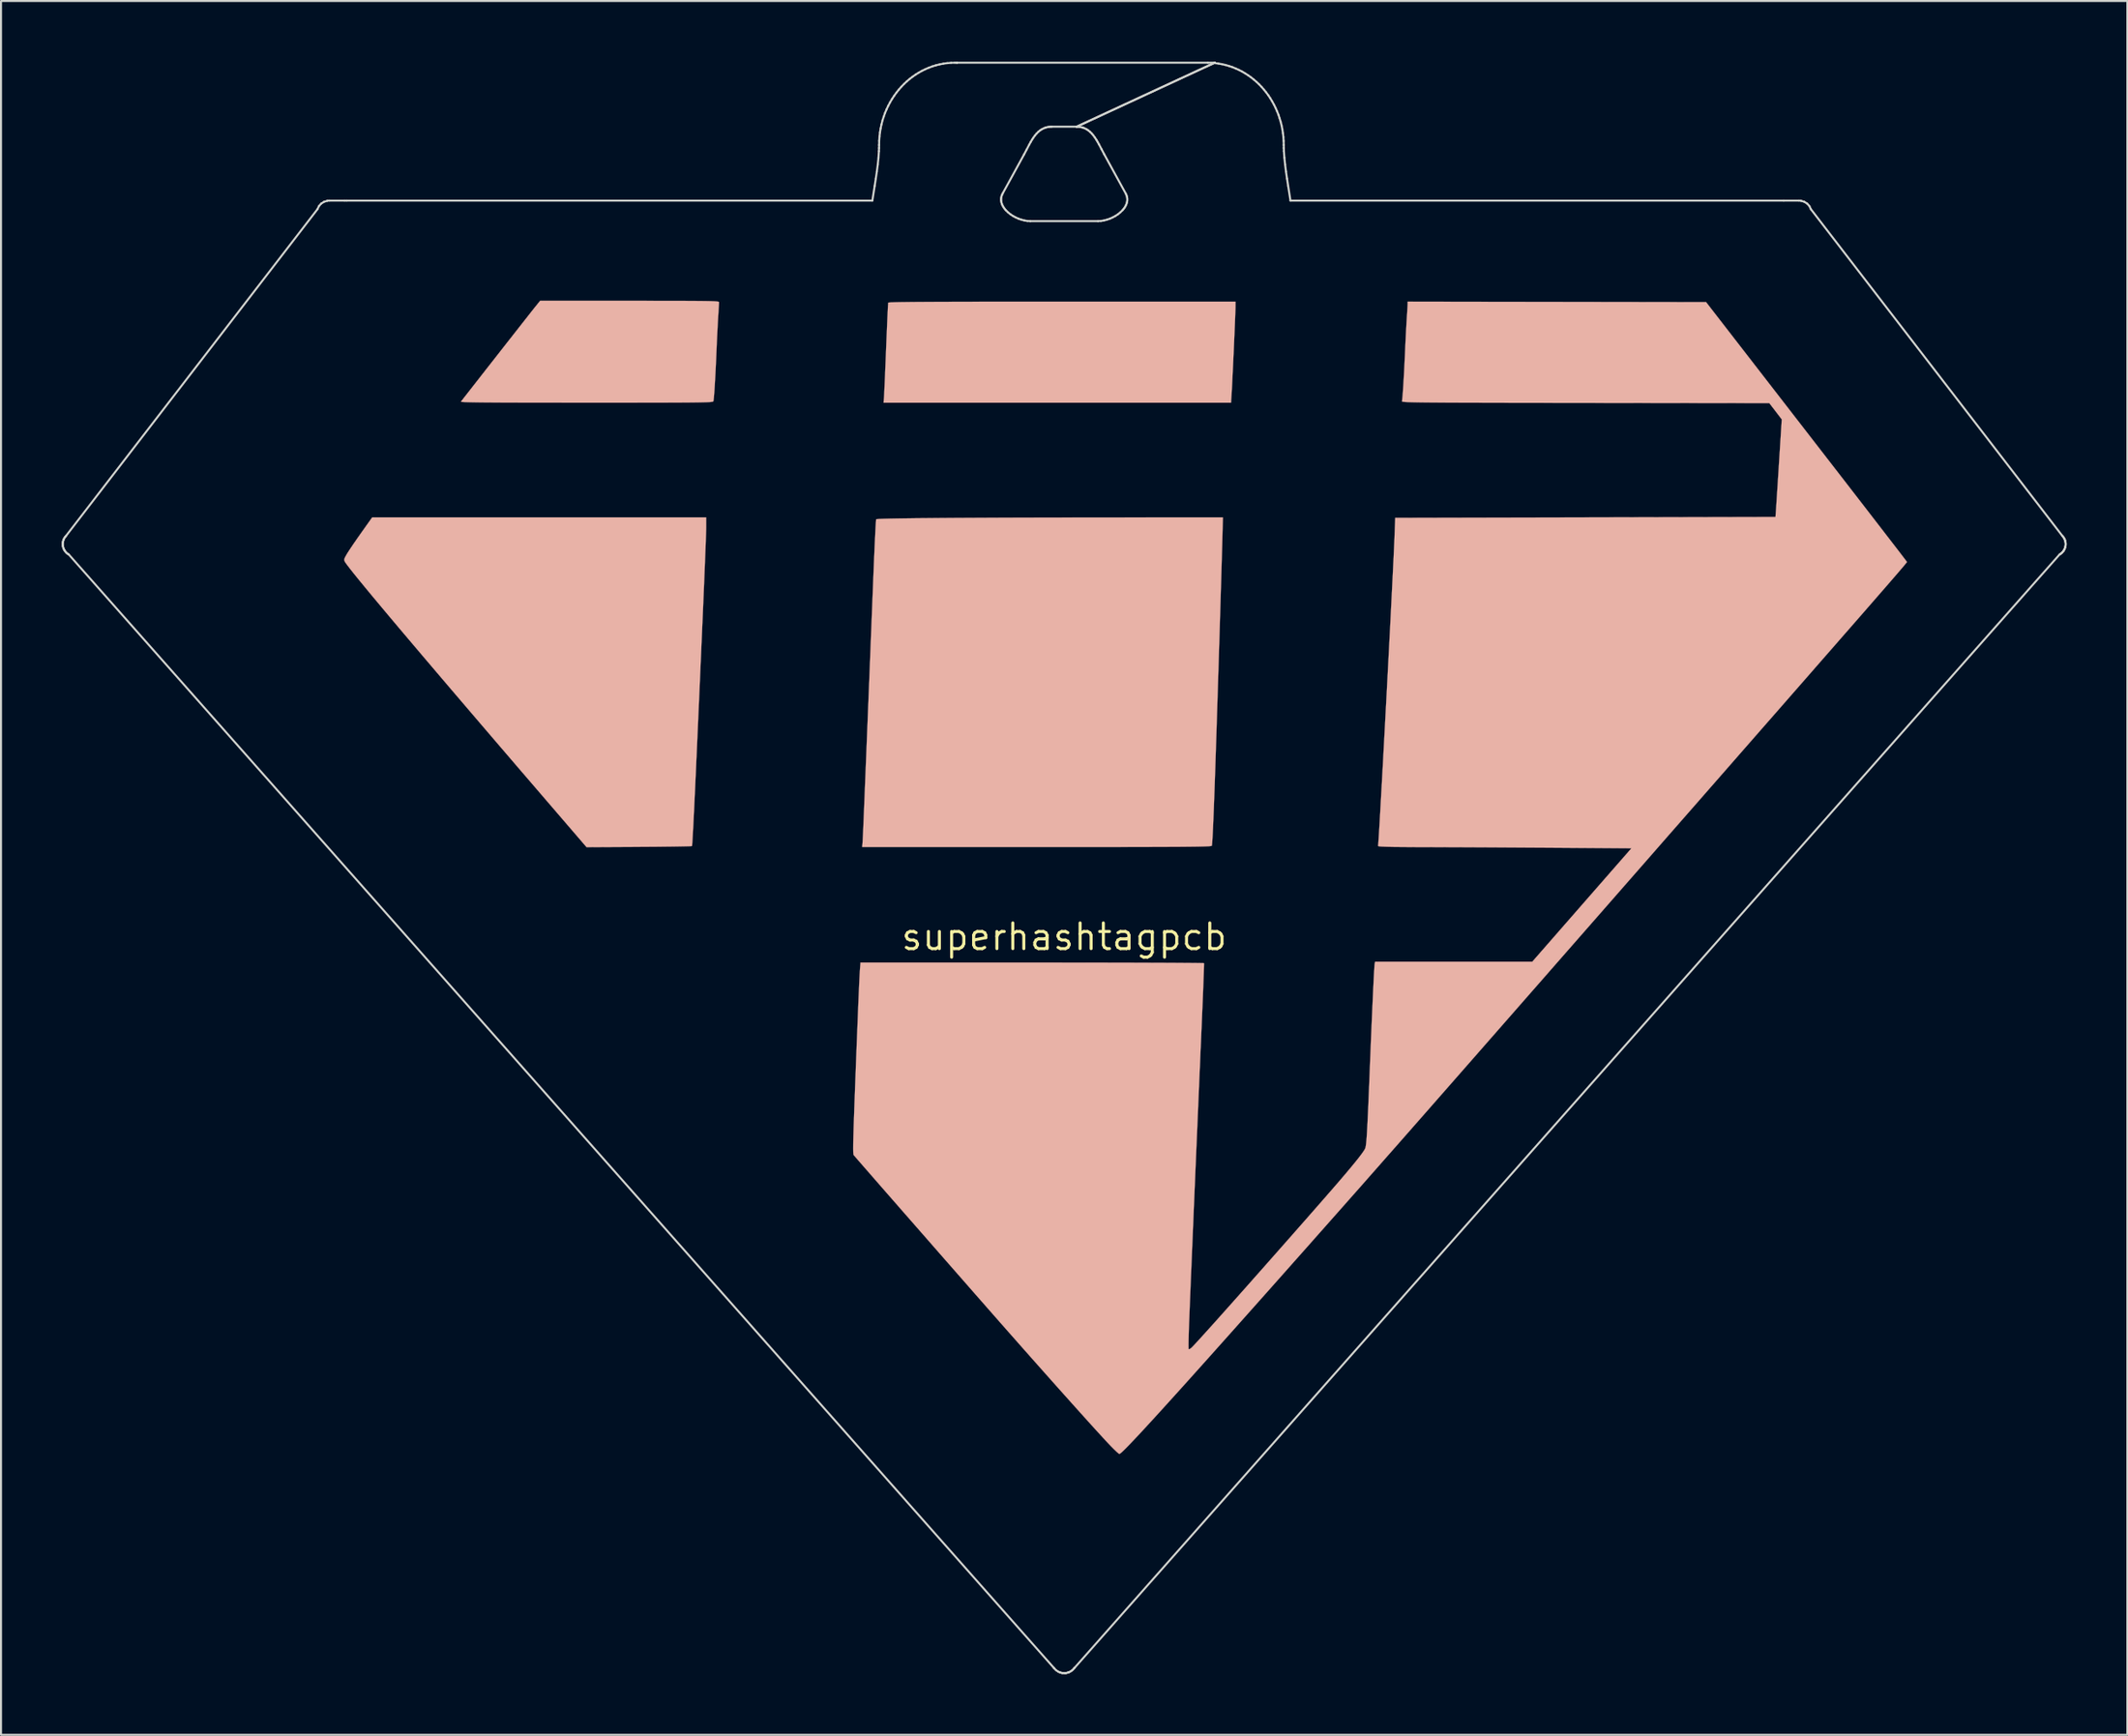
<source format=kicad_pcb>
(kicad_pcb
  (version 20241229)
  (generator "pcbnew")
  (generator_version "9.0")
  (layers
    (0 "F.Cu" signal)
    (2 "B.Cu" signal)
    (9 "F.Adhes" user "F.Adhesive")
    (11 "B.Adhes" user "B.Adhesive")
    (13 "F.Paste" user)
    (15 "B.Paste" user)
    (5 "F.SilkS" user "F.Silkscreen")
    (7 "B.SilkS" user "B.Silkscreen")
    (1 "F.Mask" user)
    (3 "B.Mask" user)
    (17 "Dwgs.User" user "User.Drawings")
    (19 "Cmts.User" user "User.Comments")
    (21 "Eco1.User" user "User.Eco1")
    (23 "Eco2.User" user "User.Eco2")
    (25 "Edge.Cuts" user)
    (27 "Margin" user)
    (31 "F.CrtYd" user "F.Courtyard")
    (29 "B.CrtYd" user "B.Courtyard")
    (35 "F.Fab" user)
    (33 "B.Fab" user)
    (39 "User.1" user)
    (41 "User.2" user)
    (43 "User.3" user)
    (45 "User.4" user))
  (footprint "superhashtagpcb"
    (layer "F.Cu")
    (at 49.55 43.279)
    (property "Reference" "superhashtagpcb" (at 0 0 0) (layer "F.SilkS") (effects (font (size 1.27 1.27) (thickness 0.15))))
    (attr through_hole)
    (fp_poly (pts (xy -27.57 -4.66) (xy -27.52 -4.618) (xy -27.465 -4.557) (xy -27.403 -4.481) (xy -27.375 -4.448) (xy -27.277 -4.323) (xy -27.206 -4.213) (xy -27.178 -4.142) (xy -27.178 -4.14) (xy -27.196 -4.079) (xy -27.247 -3.956) (xy -27.324 -3.785) (xy -27.422 -3.579) (xy -27.522 -3.376) (xy -27.645 -3.129) (xy -27.766 -2.884) (xy -27.874 -2.661) (xy -27.961 -2.479) (xy -28.004 -2.386) (xy -28.142 -2.085) (xy -27.045 -2.45) (xy -25.948 -2.815) (xy -25.738 -2.582) (xy -25.589 -2.399) (xy -25.506 -2.255) (xy -25.491 -2.153) (xy -25.511 -2.117) (xy -25.558 -2.096) (xy -25.677 -2.052) (xy -25.858 -1.988) (xy -26.093 -1.907) (xy -26.373 -1.811) (xy -26.688 -1.706) (xy -27.03 -1.592) (xy -27.097 -1.57) (xy -28.645 -1.059) (xy -28.936 -0.434) (xy -29.036 -0.22) (xy -29.127 -0.03) (xy -29.2 0.12) (xy -29.25 0.216) (xy -29.266 0.243) (xy -29.328 0.29) (xy -29.409 0.277) (xy -29.515 0.198) (xy -29.655 0.051) (xy -29.665 0.039) (xy -29.769 -0.088) (xy -29.847 -0.194) (xy -29.886 -0.26) (xy -29.887 -0.268) (xy -29.869 -0.314) (xy -29.818 -0.43) (xy -29.735 -0.607) (xy -29.626 -0.84) (xy -29.493 -1.122) (xy -29.339 -1.444) (xy -29.167 -1.802) (xy -28.982 -2.186) (xy -28.832 -2.498) (xy -28.599 -2.979) (xy -28.4 -3.39) (xy -28.232 -3.734) (xy -28.091 -4.016) (xy -27.974 -4.241) (xy -27.877 -4.414) (xy -27.796 -4.54) (xy -27.729 -4.622) (xy -27.671 -4.667) (xy -27.619 -4.677) (xy -27.57 -4.66)) (stroke (width 0.01) (type solid)) (fill yes) (layer "B.Mask"))
    (fp_poly (pts (xy -9.369 14.304) (xy -9.346 14.319) (xy -9.265 14.395) (xy -9.167 14.504) (xy -9.068 14.624) (xy -8.987 14.734) (xy -8.939 14.814) (xy -8.932 14.835) (xy -8.963 14.882) (xy -9.046 14.972) (xy -9.171 15.093) (xy -9.325 15.234) (xy -9.377 15.28) (xy -9.537 15.423) (xy -9.671 15.546) (xy -9.768 15.639) (xy -9.816 15.692) (xy -9.819 15.698) (xy -9.786 15.735) (xy -9.701 15.805) (xy -9.582 15.894) (xy -9.573 15.9) (xy -9.311 16.134) (xy -9.119 16.407) (xy -8.996 16.709) (xy -8.942 17.031) (xy -8.958 17.363) (xy -9.043 17.695) (xy -9.198 18.019) (xy -9.422 18.325) (xy -9.585 18.492) (xy -9.92 18.76) (xy -10.263 18.959) (xy -10.606 19.084) (xy -10.942 19.135) (xy -11.264 19.108) (xy -11.418 19.065) (xy -11.622 18.959) (xy -11.82 18.796) (xy -12 18.595) (xy -12.145 18.374) (xy -12.242 18.152) (xy -12.277 17.951) (xy -12.283 17.859) (xy -12.305 17.839) (xy -12.327 17.856) (xy -12.399 17.9) (xy -12.48 17.888) (xy -12.581 17.815) (xy -12.713 17.675) (xy -12.736 17.649) (xy -12.838 17.525) (xy -12.914 17.425) (xy -12.952 17.367) (xy -12.954 17.361) (xy -12.926 17.319) (xy -12.903 17.293) (xy -11.691 17.293) (xy -11.669 17.491) (xy -11.602 17.758) (xy -11.471 17.999) (xy -11.36 18.127) (xy -11.203 18.248) (xy -11.046 18.303) (xy -10.873 18.294) (xy -10.665 18.221) (xy -10.581 18.181) (xy -10.339 18.029) (xy -10.122 17.838) (xy -9.943 17.622) (xy -9.812 17.398) (xy -9.744 17.181) (xy -9.737 17.093) (xy -9.776 16.879) (xy -9.886 16.667) (xy -10.055 16.471) (xy -10.269 16.311) (xy -10.327 16.278) (xy -10.451 16.214) (xy -11.071 16.754) (xy -11.691 17.293) (xy -12.903 17.293) (xy -12.852 17.238) (xy -12.774 17.16) (xy -12.691 17.084) (xy -12.556 16.962) (xy -12.376 16.804) (xy -12.161 16.614) (xy -11.916 16.399) (xy -11.65 16.167) (xy -11.371 15.924) (xy -11.086 15.676) (xy -10.803 15.431) (xy -10.53 15.194) (xy -10.274 14.974) (xy -10.043 14.775) (xy -9.844 14.606) (xy -9.686 14.472) (xy -9.577 14.381) (xy -9.523 14.338) (xy -9.522 14.338) (xy -9.433 14.293) (xy -9.369 14.304)) (stroke (width 0.01) (type solid)) (fill yes) (layer "B.Mask"))
    (fp_poly (pts (xy -22.516 1.294) (xy -22.329 1.364) (xy -22.062 1.546) (xy -21.838 1.786) (xy -21.67 2.067) (xy -21.571 2.37) (xy -21.565 2.407) (xy -21.539 2.519) (xy -21.509 2.553) (xy -21.491 2.543) (xy -21.411 2.502) (xy -21.378 2.498) (xy -21.313 2.53) (xy -21.22 2.612) (xy -21.116 2.725) (xy -21.018 2.847) (xy -20.944 2.957) (xy -20.913 3.036) (xy -20.913 3.041) (xy -20.944 3.084) (xy -21.032 3.176) (xy -21.171 3.31) (xy -21.352 3.479) (xy -21.569 3.678) (xy -21.815 3.9) (xy -22.081 4.139) (xy -22.362 4.388) (xy -22.649 4.641) (xy -22.936 4.891) (xy -23.215 5.133) (xy -23.48 5.36) (xy -23.722 5.565) (xy -23.934 5.743) (xy -24.11 5.886) (xy -24.242 5.989) (xy -24.323 6.045) (xy -24.343 6.054) (xy -24.412 6.024) (xy -24.507 5.948) (xy -24.566 5.888) (xy -24.67 5.767) (xy -24.761 5.651) (xy -24.791 5.607) (xy -24.866 5.493) (xy -24.698 5.339) (xy -24.587 5.238) (xy -24.438 5.106) (xy -24.281 4.966) (xy -24.241 4.931) (xy -23.951 4.675) (xy -24.159 4.546) (xy -24.436 4.328) (xy -24.648 4.062) (xy -24.793 3.761) (xy -24.868 3.436) (xy -24.87 3.248) (xy -24.087 3.248) (xy -24.062 3.484) (xy -24.043 3.543) (xy -23.976 3.661) (xy -23.866 3.796) (xy -23.733 3.929) (xy -23.594 4.044) (xy -23.469 4.123) (xy -23.385 4.149) (xy -23.339 4.122) (xy -23.242 4.048) (xy -23.103 3.934) (xy -22.933 3.791) (xy -22.75 3.632) (xy -22.543 3.45) (xy -22.392 3.314) (xy -22.287 3.214) (xy -22.221 3.14) (xy -22.185 3.081) (xy -22.171 3.028) (xy -22.169 2.971) (xy -22.17 2.944) (xy -22.226 2.659) (xy -22.36 2.403) (xy -22.481 2.262) (xy -22.591 2.164) (xy -22.681 2.115) (xy -22.786 2.099) (xy -22.852 2.099) (xy -23.054 2.129) (xy -23.258 2.215) (xy -23.478 2.365) (xy -23.658 2.52) (xy -23.885 2.767) (xy -24.028 3.01) (xy -24.087 3.248) (xy -24.87 3.248) (xy -24.871 3.096) (xy -24.8 2.753) (xy -24.651 2.418) (xy -24.648 2.413) (xy -24.462 2.153) (xy -24.215 1.895) (xy -23.929 1.659) (xy -23.627 1.462) (xy -23.348 1.33) (xy -23.077 1.263) (xy -22.79 1.251) (xy -22.516 1.294)) (stroke (width 0.01) (type solid)) (fill yes) (layer "B.Mask"))
    (fp_poly (pts (xy -15.004 10.029) (xy -14.772 10.089) (xy -14.562 10.202) (xy -14.348 10.378) (xy -14.286 10.438) (xy -14.038 10.74) (xy -13.869 11.063) (xy -13.779 11.401) (xy -13.767 11.746) (xy -13.834 12.09) (xy -13.98 12.427) (xy -14.204 12.748) (xy -14.355 12.911) (xy -14.678 13.182) (xy -15.014 13.378) (xy -15.356 13.498) (xy -15.698 13.537) (xy -16.013 13.501) (xy -16.306 13.393) (xy -16.6 13.214) (xy -16.879 12.978) (xy -17.131 12.695) (xy -17.339 12.38) (xy -17.394 12.277) (xy -17.475 12.1) (xy -17.543 11.933) (xy -17.587 11.804) (xy -17.595 11.766) (xy -17.603 11.687) (xy -17.588 11.623) (xy -17.54 11.555) (xy -17.444 11.464) (xy -17.366 11.396) (xy -17.199 11.262) (xy -17.078 11.192) (xy -16.992 11.185) (xy -16.933 11.242) (xy -16.892 11.356) (xy -16.817 11.64) (xy -16.748 11.859) (xy -16.674 12.032) (xy -16.59 12.177) (xy -16.486 12.312) (xy -16.462 12.341) (xy -16.238 12.543) (xy -15.994 12.666) (xy -15.734 12.709) (xy -15.724 12.709) (xy -15.554 12.691) (xy -15.397 12.645) (xy -15.275 12.582) (xy -15.213 12.51) (xy -15.213 12.509) (xy -15.236 12.467) (xy -15.308 12.371) (xy -15.421 12.228) (xy -15.569 12.05) (xy -15.744 11.843) (xy -15.918 11.642) (xy -16.113 11.416) (xy -16.287 11.208) (xy -16.434 11.027) (xy -16.524 10.911) (xy -15.587 10.911) (xy -15.566 10.962) (xy -15.512 11.041) (xy -15.419 11.156) (xy -15.28 11.319) (xy -15.152 11.466) (xy -14.967 11.677) (xy -14.829 11.827) (xy -14.729 11.92) (xy -14.658 11.959) (xy -14.608 11.948) (xy -14.571 11.889) (xy -14.537 11.787) (xy -14.518 11.717) (xy -14.498 11.504) (xy -14.558 11.294) (xy -14.698 11.082) (xy -14.766 11.007) (xy -14.886 10.896) (xy -15.003 10.811) (xy -15.082 10.772) (xy -15.244 10.76) (xy -15.418 10.79) (xy -15.557 10.853) (xy -15.558 10.853) (xy -15.582 10.878) (xy -15.587 10.911) (xy -16.524 10.911) (xy -16.546 10.883) (xy -16.616 10.785) (xy -16.637 10.744) (xy -16.604 10.677) (xy -16.514 10.579) (xy -16.384 10.463) (xy -16.23 10.343) (xy -16.069 10.231) (xy -15.916 10.141) (xy -15.875 10.121) (xy -15.735 10.063) (xy -15.601 10.029) (xy -15.44 10.014) (xy -15.282 10.012) (xy -15.004 10.029)) (stroke (width 0.01) (type solid)) (fill yes) (layer "B.Mask"))
    (fp_poly (pts (xy -25.075 -1.497) (xy -24.93 -1.48) (xy -24.813 -1.444) (xy -24.731 -1.405) (xy -24.483 -1.232) (xy -24.266 -1.001) (xy -24.098 -0.734) (xy -23.993 -0.452) (xy -23.977 -0.378) (xy -23.954 -0.279) (xy -23.912 -0.242) (xy -23.836 -0.245) (xy -23.765 -0.244) (xy -23.695 -0.209) (xy -23.609 -0.128) (xy -23.523 -0.031) (xy -23.425 0.094) (xy -23.354 0.205) (xy -23.326 0.278) (xy -23.326 0.28) (xy -23.357 0.321) (xy -23.445 0.412) (xy -23.583 0.544) (xy -23.764 0.713) (xy -23.981 0.911) (xy -24.226 1.132) (xy -24.492 1.37) (xy -24.772 1.619) (xy -25.059 1.872) (xy -25.345 2.122) (xy -25.623 2.365) (xy -25.887 2.592) (xy -26.129 2.798) (xy -26.341 2.977) (xy -26.517 3.121) (xy -26.649 3.226) (xy -26.73 3.284) (xy -26.75 3.293) (xy -26.819 3.267) (xy -26.925 3.175) (xy -27.043 3.046) (xy -27.145 2.92) (xy -27.223 2.817) (xy -27.261 2.756) (xy -27.263 2.748) (xy -27.233 2.708) (xy -27.15 2.624) (xy -27.026 2.507) (xy -26.873 2.367) (xy -26.818 2.319) (xy -26.658 2.175) (xy -26.524 2.052) (xy -26.426 1.958) (xy -26.377 1.906) (xy -26.374 1.9) (xy -26.408 1.867) (xy -26.493 1.824) (xy -26.498 1.821) (xy -26.616 1.748) (xy -26.759 1.622) (xy -26.907 1.465) (xy -27.043 1.298) (xy -27.146 1.142) (xy -27.18 1.076) (xy -27.277 0.744) (xy -27.29 0.465) (xy -26.499 0.465) (xy -26.479 0.686) (xy -26.42 0.838) (xy -26.334 0.967) (xy -26.216 1.102) (xy -26.083 1.226) (xy -25.953 1.323) (xy -25.844 1.379) (xy -25.794 1.385) (xy -25.747 1.355) (xy -25.648 1.278) (xy -25.508 1.163) (xy -25.336 1.019) (xy -25.145 0.854) (xy -25.144 0.853) (xy -24.544 0.33) (xy -24.57 0.154) (xy -24.622 -0.042) (xy -24.712 -0.245) (xy -24.824 -0.427) (xy -24.944 -0.559) (xy -24.973 -0.581) (xy -25.159 -0.661) (xy -25.365 -0.663) (xy -25.592 -0.586) (xy -25.841 -0.429) (xy -26.07 -0.236) (xy -26.295 0.007) (xy -26.437 0.24) (xy -26.499 0.465) (xy -27.29 0.465) (xy -27.293 0.398) (xy -27.226 0.043) (xy -27.081 -0.309) (xy -26.938 -0.525) (xy -26.737 -0.754) (xy -26.498 -0.977) (xy -26.241 -1.175) (xy -25.986 -1.33) (xy -25.961 -1.343) (xy -25.791 -1.423) (xy -25.66 -1.471) (xy -25.532 -1.494) (xy -25.371 -1.502) (xy -25.275 -1.502) (xy -25.075 -1.497)) (stroke (width 0.01) (type solid)) (fill yes) (layer "B.Mask"))
    (fp_poly (pts (xy -20.367 4.073) (xy -20.338 4.075) (xy -20.119 4.112) (xy -19.915 4.191) (xy -19.71 4.322) (xy -19.487 4.514) (xy -19.384 4.615) (xy -19.233 4.782) (xy -19.082 4.972) (xy -18.942 5.169) (xy -18.822 5.359) (xy -18.733 5.527) (xy -18.684 5.656) (xy -18.678 5.711) (xy -18.715 5.789) (xy -18.798 5.892) (xy -18.909 6.002) (xy -19.028 6.103) (xy -19.138 6.178) (xy -19.219 6.211) (xy -19.238 6.209) (xy -19.283 6.162) (xy -19.352 6.056) (xy -19.433 5.91) (xy -19.481 5.816) (xy -19.614 5.575) (xy -19.77 5.348) (xy -19.935 5.151) (xy -20.096 4.999) (xy -20.238 4.91) (xy -20.349 4.878) (xy -20.447 4.896) (xy -20.488 4.915) (xy -20.607 4.974) (xy -20.331 5.355) (xy -20.119 5.663) (xy -19.964 5.93) (xy -19.86 6.17) (xy -19.799 6.397) (xy -19.777 6.59) (xy -19.772 6.762) (xy -19.785 6.886) (xy -19.822 6.997) (xy -19.879 7.112) (xy -20.067 7.376) (xy -20.302 7.579) (xy -20.576 7.712) (xy -20.835 7.765) (xy -20.992 7.771) (xy -21.134 7.762) (xy -21.188 7.752) (xy -21.475 7.634) (xy -21.733 7.444) (xy -21.953 7.193) (xy -22.124 6.891) (xy -22.221 6.62) (xy -22.257 6.511) (xy -22.298 6.465) (xy -22.363 6.465) (xy -22.367 6.465) (xy -22.432 6.462) (xy -22.506 6.419) (xy -22.606 6.325) (xy -22.684 6.239) (xy -22.788 6.116) (xy -22.865 6.013) (xy -22.901 5.948) (xy -22.902 5.942) (xy -22.896 5.916) (xy -22.889 5.905) (xy -21.676 5.905) (xy -21.619 6.138) (xy -21.547 6.377) (xy -21.454 6.561) (xy -21.324 6.721) (xy -21.254 6.787) (xy -21.089 6.905) (xy -20.94 6.943) (xy -20.8 6.901) (xy -20.698 6.819) (xy -20.601 6.665) (xy -20.572 6.478) (xy -20.613 6.278) (xy -20.643 6.21) (xy -20.701 6.109) (xy -20.784 5.977) (xy -20.881 5.832) (xy -20.979 5.69) (xy -21.067 5.569) (xy -21.132 5.487) (xy -21.161 5.461) (xy -21.203 5.488) (xy -21.29 5.558) (xy -21.404 5.658) (xy -21.432 5.683) (xy -21.676 5.905) (xy -22.889 5.905) (xy -22.872 5.879) (xy -22.824 5.825) (xy -22.747 5.748) (xy -22.634 5.643) (xy -22.48 5.504) (xy -22.277 5.325) (xy -22.021 5.101) (xy -21.802 4.91) (xy -21.511 4.659) (xy -21.272 4.462) (xy -21.074 4.312) (xy -20.909 4.203) (xy -20.765 4.131) (xy -20.633 4.089) (xy -20.504 4.071) (xy -20.367 4.073)) (stroke (width 0.01) (type solid)) (fill yes) (layer "B.Mask"))
    (fp_poly (pts (xy -7.628 18.333) (xy -7.58 18.354) (xy -7.385 18.473) (xy -7.168 18.653) (xy -6.946 18.879) (xy -6.732 19.134) (xy -6.543 19.402) (xy -6.488 19.493) (xy -6.388 19.665) (xy -6.327 19.782) (xy -6.3 19.859) (xy -6.301 19.913) (xy -6.323 19.957) (xy -6.39 20.037) (xy -6.494 20.135) (xy -6.615 20.236) (xy -6.731 20.322) (xy -6.825 20.38) (xy -6.873 20.394) (xy -6.912 20.351) (xy -6.977 20.25) (xy -7.055 20.109) (xy -7.091 20.039) (xy -7.243 19.75) (xy -7.383 19.528) (xy -7.521 19.355) (xy -7.668 19.217) (xy -7.699 19.193) (xy -7.882 19.084) (xy -8.042 19.053) (xy -8.177 19.099) (xy -8.182 19.103) (xy -8.209 19.134) (xy -8.209 19.176) (xy -8.175 19.245) (xy -8.1 19.354) (xy -7.994 19.494) (xy -7.741 19.862) (xy -7.561 20.199) (xy -7.453 20.513) (xy -7.415 20.768) (xy -7.412 20.953) (xy -7.429 21.088) (xy -7.471 21.206) (xy -7.489 21.243) (xy -7.664 21.506) (xy -7.885 21.715) (xy -8.14 21.861) (xy -8.415 21.941) (xy -8.698 21.946) (xy -8.85 21.916) (xy -9.009 21.858) (xy -9.166 21.784) (xy -9.199 21.765) (xy -9.39 21.609) (xy -9.571 21.394) (xy -9.724 21.148) (xy -9.83 20.895) (xy -9.856 20.797) (xy -9.886 20.693) (xy -9.93 20.651) (xy -10 20.649) (xy -10.071 20.641) (xy -10.149 20.595) (xy -10.25 20.498) (xy -10.324 20.416) (xy -10.428 20.291) (xy -10.504 20.184) (xy -10.514 20.164) (xy -9.282 20.164) (xy -9.269 20.247) (xy -9.261 20.288) (xy -9.18 20.573) (xy -9.044 20.808) (xy -8.893 20.968) (xy -8.753 21.077) (xy -8.633 21.118) (xy -8.507 21.098) (xy -8.419 21.058) (xy -8.284 20.945) (xy -8.214 20.784) (xy -8.215 20.589) (xy -8.22 20.561) (xy -8.268 20.432) (xy -8.359 20.258) (xy -8.482 20.057) (xy -8.626 19.848) (xy -8.717 19.728) (xy -8.8 19.623) (xy -8.919 19.727) (xy -9.08 19.868) (xy -9.187 19.967) (xy -9.251 20.039) (xy -9.279 20.1) (xy -9.282 20.164) (xy -10.514 20.164) (xy -10.539 20.115) (xy -10.54 20.108) (xy -10.529 20.081) (xy -10.491 20.034) (xy -10.422 19.962) (xy -10.318 19.863) (xy -10.173 19.73) (xy -9.982 19.561) (xy -9.742 19.349) (xy -9.446 19.092) (xy -9.091 18.785) (xy -9.086 18.78) (xy -8.912 18.637) (xy -8.737 18.505) (xy -8.583 18.4) (xy -8.488 18.346) (xy -8.207 18.259) (xy -7.918 18.254) (xy -7.628 18.333)) (stroke (width 0.01) (type solid)) (fill yes) (layer "B.Mask"))
    (fp_poly (pts (xy -12.724 12.392) (xy -12.631 12.472) (xy -12.525 12.581) (xy -12.426 12.697) (xy -12.351 12.801) (xy -12.319 12.873) (xy -12.319 12.876) (xy -12.284 12.927) (xy -12.196 12.994) (xy -12.128 13.034) (xy -11.903 13.192) (xy -11.691 13.413) (xy -11.512 13.675) (xy -11.486 13.723) (xy -11.43 13.837) (xy -11.395 13.94) (xy -11.376 14.056) (xy -11.368 14.212) (xy -11.367 14.372) (xy -11.369 14.576) (xy -11.379 14.723) (xy -11.404 14.841) (xy -11.446 14.958) (xy -11.498 15.071) (xy -11.678 15.377) (xy -11.911 15.646) (xy -12.21 15.894) (xy -12.302 15.957) (xy -12.648 16.153) (xy -12.98 16.267) (xy -13.302 16.299) (xy -13.619 16.252) (xy -13.698 16.228) (xy -13.879 16.136) (xy -14.067 15.992) (xy -14.246 15.812) (xy -14.403 15.613) (xy -14.524 15.412) (xy -14.594 15.227) (xy -14.605 15.135) (xy -14.619 15.05) (xy -14.663 15.039) (xy -14.741 15.102) (xy -14.792 15.159) (xy -14.906 15.351) (xy -14.938 15.556) (xy -14.89 15.77) (xy -14.763 15.991) (xy -14.557 16.215) (xy -14.276 16.44) (xy -14.204 16.489) (xy -14.015 16.623) (xy -13.894 16.727) (xy -13.844 16.798) (xy -13.843 16.807) (xy -13.874 16.872) (xy -13.954 16.968) (xy -14.064 17.079) (xy -14.184 17.185) (xy -14.294 17.268) (xy -14.376 17.311) (xy -14.391 17.313) (xy -14.46 17.289) (xy -14.567 17.227) (xy -14.647 17.172) (xy -14.869 16.988) (xy -15.096 16.764) (xy -15.306 16.525) (xy -15.474 16.299) (xy -15.502 16.253) (xy -15.657 15.93) (xy -15.726 15.611) (xy -15.711 15.296) (xy -15.612 14.984) (xy -15.428 14.675) (xy -15.338 14.561) (xy -15.266 14.486) (xy -15.263 14.483) (xy -14.045 14.483) (xy -14.006 14.654) (xy -13.924 14.925) (xy -13.805 15.144) (xy -13.735 15.235) (xy -13.565 15.39) (xy -13.381 15.465) (xy -13.177 15.461) (xy -12.947 15.377) (xy -12.869 15.335) (xy -12.62 15.16) (xy -12.413 14.956) (xy -12.258 14.735) (xy -12.163 14.509) (xy -12.134 14.293) (xy -12.151 14.177) (xy -12.244 13.969) (xy -12.404 13.768) (xy -12.61 13.593) (xy -12.726 13.521) (xy -12.857 13.449) (xy -13.451 13.966) (xy -14.045 14.483) (xy -15.263 14.483) (xy -15.144 14.37) (xy -14.979 14.218) (xy -14.781 14.04) (xy -14.557 13.841) (xy -14.316 13.63) (xy -14.066 13.414) (xy -13.817 13.2) (xy -13.576 12.994) (xy -13.353 12.806) (xy -13.154 12.642) (xy -12.991 12.509) (xy -12.869 12.414) (xy -12.799 12.366) (xy -12.787 12.361) (xy -12.724 12.392)) (stroke (width 0.01) (type solid)) (fill yes) (layer "B.Mask"))
    (fp_poly (pts (xy -5.477 20.892) (xy -5.28 20.945) (xy -5.268 20.95) (xy -5.006 21.113) (xy -4.778 21.339) (xy -4.6 21.609) (xy -4.485 21.906) (xy -4.478 21.937) (xy -4.424 22.173) (xy -3.916 21.734) (xy -3.731 21.578) (xy -3.566 21.448) (xy -3.434 21.353) (xy -3.346 21.302) (xy -3.323 21.295) (xy -3.256 21.327) (xy -3.159 21.408) (xy -3.05 21.518) (xy -2.948 21.636) (xy -2.871 21.744) (xy -2.837 21.82) (xy -2.836 21.825) (xy -2.867 21.87) (xy -2.952 21.96) (xy -3.083 22.086) (xy -3.248 22.238) (xy -3.438 22.407) (xy -3.458 22.425) (xy -3.648 22.59) (xy -3.888 22.8) (xy -4.164 23.04) (xy -4.462 23.3) (xy -4.769 23.568) (xy -5.069 23.83) (xy -5.182 23.929) (xy -5.443 24.155) (xy -5.686 24.362) (xy -5.903 24.544) (xy -6.086 24.695) (xy -6.228 24.807) (xy -6.321 24.874) (xy -6.354 24.892) (xy -6.415 24.862) (xy -6.509 24.782) (xy -6.615 24.669) (xy -6.62 24.663) (xy -6.717 24.541) (xy -6.787 24.437) (xy -6.816 24.372) (xy -6.816 24.371) (xy -6.85 24.318) (xy -6.939 24.245) (xy -7.043 24.179) (xy -7.294 23.997) (xy -7.52 23.755) (xy -7.676 23.516) (xy -7.719 23.423) (xy -7.747 23.322) (xy -7.762 23.191) (xy -7.767 23.007) (xy -7.768 22.902) (xy -7.768 22.891) (xy -7.027 22.891) (xy -6.999 23.044) (xy -6.924 23.22) (xy -6.82 23.382) (xy -6.782 23.426) (xy -6.689 23.515) (xy -6.574 23.613) (xy -6.458 23.702) (xy -6.362 23.767) (xy -6.309 23.791) (xy -6.269 23.765) (xy -6.176 23.691) (xy -6.041 23.579) (xy -5.872 23.437) (xy -5.682 23.273) (xy -5.67 23.262) (xy -5.478 23.095) (xy -5.309 22.944) (xy -5.174 22.819) (xy -5.082 22.731) (xy -5.044 22.687) (xy -5.043 22.686) (xy -5.046 22.623) (xy -5.067 22.506) (xy -5.099 22.374) (xy -5.191 22.135) (xy -5.318 21.938) (xy -5.471 21.792) (xy -5.638 21.708) (xy -5.808 21.696) (xy -5.832 21.701) (xy -6.055 21.783) (xy -6.282 21.914) (xy -6.501 22.082) (xy -6.699 22.274) (xy -6.861 22.476) (xy -6.974 22.674) (xy -7.026 22.856) (xy -7.027 22.891) (xy -7.768 22.891) (xy -7.766 22.695) (xy -7.757 22.548) (xy -7.737 22.433) (xy -7.699 22.325) (xy -7.64 22.197) (xy -7.633 22.182) (xy -7.53 22.002) (xy -7.398 21.81) (xy -7.282 21.666) (xy -7.095 21.482) (xy -6.869 21.301) (xy -6.628 21.137) (xy -6.397 21.009) (xy -6.213 20.935) (xy -5.974 20.887) (xy -5.719 20.873) (xy -5.477 20.892)) (stroke (width 0.01) (type solid)) (fill yes) (layer "B.Mask"))
    (fp_poly (pts (xy -17.11 5.746) (xy -17.01 5.822) (xy -16.896 5.933) (xy -16.786 6.061) (xy -16.699 6.19) (xy -16.69 6.205) (xy -16.672 6.241) (xy -16.667 6.276) (xy -16.681 6.316) (xy -16.721 6.371) (xy -16.793 6.447) (xy -16.906 6.552) (xy -17.065 6.694) (xy -17.277 6.88) (xy -17.404 6.99) (xy -17.559 7.127) (xy -17.689 7.243) (xy -17.782 7.329) (xy -17.826 7.373) (xy -17.827 7.375) (xy -17.806 7.414) (xy -17.738 7.505) (xy -17.632 7.636) (xy -17.499 7.795) (xy -17.349 7.971) (xy -17.191 8.153) (xy -17.035 8.33) (xy -16.892 8.489) (xy -16.77 8.62) (xy -16.681 8.712) (xy -16.633 8.752) (xy -16.629 8.753) (xy -16.588 8.723) (xy -16.495 8.646) (xy -16.359 8.532) (xy -16.192 8.389) (xy -16.025 8.244) (xy -15.838 8.084) (xy -15.669 7.945) (xy -15.532 7.837) (xy -15.436 7.768) (xy -15.395 7.747) (xy -15.338 7.777) (xy -15.246 7.854) (xy -15.138 7.959) (xy -15.032 8.075) (xy -14.947 8.182) (xy -14.91 8.239) (xy -14.886 8.324) (xy -14.894 8.369) (xy -14.936 8.414) (xy -15.035 8.507) (xy -15.182 8.64) (xy -15.371 8.808) (xy -15.594 9.004) (xy -15.844 9.222) (xy -16.112 9.456) (xy -16.393 9.699) (xy -16.679 9.945) (xy -16.961 10.188) (xy -17.234 10.42) (xy -17.489 10.637) (xy -17.719 10.831) (xy -17.917 10.997) (xy -18.075 11.127) (xy -18.187 11.216) (xy -18.244 11.258) (xy -18.25 11.26) (xy -18.307 11.23) (xy -18.399 11.149) (xy -18.509 11.033) (xy -18.535 11.002) (xy -18.638 10.874) (xy -18.715 10.764) (xy -18.752 10.694) (xy -18.754 10.685) (xy -18.723 10.642) (xy -18.637 10.552) (xy -18.504 10.424) (xy -18.333 10.266) (xy -18.134 10.086) (xy -17.992 9.961) (xy -17.229 9.296) (xy -17.349 9.167) (xy -17.407 9.103) (xy -17.509 8.988) (xy -17.642 8.836) (xy -17.796 8.66) (xy -17.958 8.475) (xy -18.117 8.293) (xy -18.26 8.127) (xy -18.377 7.993) (xy -18.42 7.942) (xy -18.46 7.957) (xy -18.553 8.021) (xy -18.689 8.125) (xy -18.857 8.263) (xy -19.048 8.425) (xy -19.077 8.45) (xy -19.348 8.687) (xy -19.564 8.872) (xy -19.729 9.013) (xy -19.851 9.113) (xy -19.936 9.179) (xy -19.991 9.215) (xy -20.023 9.228) (xy -20.027 9.229) (xy -20.074 9.199) (xy -20.157 9.123) (xy -20.258 9.018) (xy -20.361 8.904) (xy -20.446 8.799) (xy -20.487 8.741) (xy -20.525 8.661) (xy -20.507 8.598) (xy -20.466 8.549) (xy -20.4 8.483) (xy -20.281 8.373) (xy -20.115 8.225) (xy -19.912 8.044) (xy -19.677 7.839) (xy -19.42 7.614) (xy -19.146 7.376) (xy -18.864 7.133) (xy -18.581 6.889) (xy -18.304 6.653) (xy -18.042 6.429) (xy -17.801 6.225) (xy -17.588 6.048) (xy -17.413 5.902) (xy -17.281 5.796) (xy -17.201 5.735) (xy -17.18 5.722) (xy -17.11 5.746)) (stroke (width 0.01) (type solid)) (fill yes) (layer "B.Mask"))
    (fp_poly (pts (xy -2.012 23.064) (xy -1.918 23.128) (xy -1.816 23.225) (xy -1.727 23.335) (xy -1.693 23.389) (xy -1.676 23.434) (xy -1.676 23.483) (xy -1.701 23.55) (xy -1.757 23.648) (xy -1.85 23.788) (xy -1.984 23.982) (xy -2.329 24.475) (xy -2.176 24.662) (xy -2.022 24.849) (xy -1.699 24.394) (xy -1.549 24.19) (xy -1.436 24.051) (xy -1.354 23.97) (xy -1.294 23.94) (xy -1.286 23.939) (xy -1.213 23.97) (xy -1.119 24.046) (xy -1.023 24.147) (xy -0.945 24.25) (xy -0.905 24.335) (xy -0.905 24.364) (xy -0.937 24.419) (xy -1.006 24.525) (xy -1.102 24.666) (xy -1.175 24.77) (xy -1.29 24.934) (xy -1.394 25.084) (xy -1.472 25.198) (xy -1.501 25.241) (xy -1.575 25.356) (xy -1.274 25.697) (xy -1.151 25.842) (xy -1.052 25.968) (xy -0.99 26.058) (xy -0.974 26.095) (xy -1.004 26.152) (xy -1.079 26.24) (xy -1.178 26.339) (xy -1.281 26.429) (xy -1.364 26.488) (xy -1.398 26.501) (xy -1.442 26.484) (xy -1.51 26.429) (xy -1.611 26.326) (xy -1.753 26.168) (xy -1.803 26.111) (xy -1.975 25.912) (xy -2.194 26.227) (xy -2.291 26.372) (xy -2.366 26.493) (xy -2.408 26.572) (xy -2.413 26.589) (xy -2.386 26.639) (xy -2.315 26.735) (xy -2.21 26.861) (xy -2.138 26.944) (xy -2.02 27.082) (xy -1.927 27.203) (xy -1.872 27.289) (xy -1.863 27.317) (xy -1.892 27.373) (xy -1.968 27.462) (xy -2.067 27.562) (xy -2.169 27.653) (xy -2.253 27.714) (xy -2.29 27.728) (xy -2.334 27.699) (xy -2.416 27.624) (xy -2.517 27.521) (xy -2.62 27.409) (xy -2.707 27.307) (xy -2.739 27.264) (xy -2.796 27.198) (xy -2.831 27.178) (xy -2.865 27.211) (xy -2.937 27.301) (xy -3.036 27.435) (xy -3.153 27.599) (xy -3.169 27.622) (xy -3.316 27.829) (xy -3.43 27.969) (xy -3.521 28.045) (xy -3.6 28.062) (xy -3.678 28.026) (xy -3.765 27.94) (xy -3.799 27.9) (xy -3.879 27.79) (xy -3.929 27.696) (xy -3.937 27.662) (xy -3.913 27.601) (xy -3.849 27.488) (xy -3.754 27.34) (xy -3.64 27.174) (xy -3.522 27.006) (xy -3.421 26.859) (xy -3.349 26.748) (xy -3.317 26.69) (xy -3.33 26.611) (xy -3.411 26.499) (xy -3.432 26.477) (xy -3.519 26.391) (xy -3.583 26.339) (xy -3.599 26.331) (xy -3.632 26.364) (xy -3.702 26.454) (xy -3.801 26.587) (xy -3.917 26.751) (xy -3.935 26.776) (xy -4.086 26.983) (xy -4.205 27.128) (xy -4.289 27.207) (xy -4.321 27.22) (xy -4.386 27.189) (xy -4.477 27.109) (xy -4.573 27.005) (xy -4.653 26.9) (xy -4.696 26.815) (xy -4.699 26.798) (xy -4.684 26.754) (xy -4.637 26.67) (xy -4.553 26.542) (xy -4.429 26.361) (xy -4.26 26.122) (xy -4.165 25.99) (xy -4.027 25.798) (xy -4.096 25.718) (xy -3.205 25.718) (xy -3.058 25.897) (xy -2.972 25.996) (xy -2.907 26.061) (xy -2.884 26.076) (xy -2.851 26.043) (xy -2.782 25.954) (xy -2.689 25.825) (xy -2.627 25.735) (xy -2.397 25.396) (xy -2.739 25.054) (xy -3.205 25.718) (xy -4.096 25.718) (xy -4.302 25.482) (xy -4.455 25.306) (xy -4.558 25.179) (xy -4.613 25.089) (xy -4.624 25.019) (xy -4.594 24.957) (xy -4.527 24.887) (xy -4.46 24.825) (xy -4.348 24.729) (xy -4.255 24.661) (xy -4.205 24.638) (xy -4.156 24.668) (xy -4.068 24.748) (xy -3.957 24.863) (xy -3.911 24.913) (xy -3.798 25.037) (xy -3.706 25.132) (xy -3.648 25.183) (xy -3.638 25.188) (xy -3.603 25.156) (xy -3.533 25.069) (xy -3.44 24.942) (xy -3.388 24.869) (xy -3.168 24.55) (xy -3.372 24.314) (xy -3.539 24.121) (xy -3.653 23.98) (xy -3.72 23.877) (xy -3.742 23.801) (xy -3.723 23.738) (xy -3.665 23.675) (xy -3.574 23.6) (xy -3.564 23.593) (xy -3.445 23.5) (xy -3.36 23.451) (xy -3.289 23.45) (xy -3.211 23.5) (xy -3.105 23.606) (xy -3.03 23.687) (xy -2.765 23.973) (xy -2.451 23.523) (xy -2.329 23.352) (xy -2.219 23.207) (xy -2.133 23.103) (xy -2.081 23.052) (xy -2.078 23.05) (xy -2.012 23.064)) (stroke (width 0.01) (type solid)) (fill yes) (layer "B.Mask"))
    (fp_poly (pts (xy 8.467 -31.161) (xy 8.465 -31.063) (xy 8.459 -30.891) (xy 8.45 -30.656) (xy 8.439 -30.369) (xy 8.425 -30.04) (xy 8.41 -29.68) (xy 8.393 -29.3) (xy 8.376 -28.91) (xy 8.358 -28.522) (xy 8.34 -28.145) (xy 8.323 -27.792) (xy 8.308 -27.472) (xy 8.294 -27.196) (xy 8.282 -26.975) (xy 8.273 -26.829) (xy 8.246 -26.416) (xy -8.928 -26.416) (xy -8.91 -26.617) (xy -8.904 -26.698) (xy -8.896 -26.854) (xy -8.886 -27.077) (xy -8.873 -27.359) (xy -8.858 -27.691) (xy -8.843 -28.063) (xy -8.826 -28.468) (xy -8.809 -28.896) (xy -8.802 -29.062) (xy -8.785 -29.491) (xy -8.768 -29.895) (xy -8.752 -30.266) (xy -8.738 -30.596) (xy -8.725 -30.877) (xy -8.714 -31.101) (xy -8.705 -31.26) (xy -8.699 -31.346) (xy -8.697 -31.358) (xy -8.68 -31.365) (xy -8.631 -31.371) (xy -8.547 -31.376) (xy -8.425 -31.381) (xy -8.262 -31.386) (xy -8.055 -31.39) (xy -7.802 -31.393) (xy -7.499 -31.397) (xy -7.144 -31.399) (xy -6.733 -31.402) (xy -6.263 -31.404) (xy -5.732 -31.406) (xy -5.137 -31.408) (xy -4.475 -31.409) (xy -3.743 -31.41) (xy -2.937 -31.41) (xy -2.056 -31.411) (xy -1.095 -31.411) (xy -0.107 -31.411) (xy 8.467 -31.411) (xy 8.467 -31.161)) (stroke (width 0.01) (type solid)) (fill yes) (layer "B.SilkS"))
    (fp_poly (pts (xy -17.695 -20.257) (xy -17.697 -20.132) (xy -17.703 -19.923) (xy -17.713 -19.63) (xy -17.727 -19.254) (xy -17.745 -18.795) (xy -17.767 -18.253) (xy -17.792 -17.63) (xy -17.822 -16.925) (xy -17.855 -16.139) (xy -17.893 -15.272) (xy -17.934 -14.325) (xy -17.979 -13.298) (xy -18.027 -12.192) (xy -18.08 -11.006) (xy -18.136 -9.742) (xy -18.196 -8.4) (xy -18.224 -7.773) (xy -18.248 -7.256) (xy -18.271 -6.763) (xy -18.293 -6.302) (xy -18.314 -5.878) (xy -18.333 -5.499) (xy -18.351 -5.171) (xy -18.366 -4.899) (xy -18.379 -4.692) (xy -18.389 -4.555) (xy -18.395 -4.494) (xy -18.396 -4.492) (xy -18.442 -4.487) (xy -18.565 -4.482) (xy -18.758 -4.477) (xy -19.014 -4.472) (xy -19.325 -4.467) (xy -19.684 -4.463) (xy -20.084 -4.458) (xy -20.517 -4.455) (xy -20.976 -4.452) (xy -21.015 -4.451) (xy -23.608 -4.437) (xy -26.04 -7.267) (xy -26.986 -8.368) (xy -27.886 -9.418) (xy -28.739 -10.414) (xy -29.544 -11.356) (xy -30.302 -12.243) (xy -31.011 -13.076) (xy -31.671 -13.852) (xy -32.281 -14.572) (xy -32.842 -15.235) (xy -33.351 -15.84) (xy -33.809 -16.387) (xy -34.216 -16.875) (xy -34.57 -17.303) (xy -34.872 -17.671) (xy -35.12 -17.978) (xy -35.314 -18.224) (xy -35.454 -18.407) (xy -35.539 -18.527) (xy -35.559 -18.561) (xy -35.583 -18.62) (xy -35.582 -18.681) (xy -35.55 -18.764) (xy -35.48 -18.89) (xy -35.443 -18.953) (xy -35.365 -19.076) (xy -35.249 -19.252) (xy -35.104 -19.466) (xy -34.941 -19.702) (xy -34.771 -19.944) (xy -34.737 -19.992) (xy -34.204 -20.743) (xy -17.695 -20.743) (xy -17.695 -20.257)) (stroke (width 0.01) (type solid)) (fill yes) (layer "B.SilkS"))
    (fp_poly (pts (xy -20.772 -31.454) (xy -20.143 -31.453) (xy -19.589 -31.453) (xy -19.106 -31.452) (xy -18.688 -31.451) (xy -18.331 -31.449) (xy -18.03 -31.447) (xy -17.781 -31.444) (xy -17.578 -31.441) (xy -17.417 -31.436) (xy -17.293 -31.431) (xy -17.201 -31.425) (xy -17.137 -31.417) (xy -17.096 -31.409) (xy -17.072 -31.399) (xy -17.063 -31.388) (xy -17.061 -31.38) (xy -17.064 -31.312) (xy -17.071 -31.178) (xy -17.083 -30.993) (xy -17.096 -30.777) (xy -17.102 -30.692) (xy -17.115 -30.47) (xy -17.13 -30.185) (xy -17.147 -29.858) (xy -17.164 -29.509) (xy -17.179 -29.161) (xy -17.187 -28.977) (xy -17.206 -28.528) (xy -17.226 -28.102) (xy -17.247 -27.709) (xy -17.267 -27.356) (xy -17.286 -27.051) (xy -17.304 -26.804) (xy -17.321 -26.621) (xy -17.335 -26.511) (xy -17.34 -26.49) (xy -17.346 -26.48) (xy -17.361 -26.471) (xy -17.389 -26.463) (xy -17.434 -26.455) (xy -17.499 -26.449) (xy -17.59 -26.443) (xy -17.709 -26.438) (xy -17.861 -26.434) (xy -18.05 -26.43) (xy -18.28 -26.427) (xy -18.555 -26.424) (xy -18.879 -26.422) (xy -19.256 -26.42) (xy -19.69 -26.419) (xy -20.186 -26.418) (xy -20.746 -26.417) (xy -21.375 -26.416) (xy -22.077 -26.416) (xy -22.857 -26.416) (xy -23.609 -26.416) (xy -24.486 -26.416) (xy -25.283 -26.417) (xy -26.001 -26.417) (xy -26.645 -26.418) (xy -27.218 -26.42) (xy -27.724 -26.421) (xy -28.165 -26.424) (xy -28.546 -26.426) (xy -28.869 -26.429) (xy -29.138 -26.433) (xy -29.357 -26.437) (xy -29.529 -26.442) (xy -29.658 -26.447) (xy -29.746 -26.453) (xy -29.797 -26.459) (xy -29.815 -26.467) (xy -29.815 -26.469) (xy -29.734 -26.573) (xy -29.611 -26.732) (xy -29.448 -26.94) (xy -29.254 -27.189) (xy -29.032 -27.473) (xy -28.788 -27.785) (xy -28.528 -28.118) (xy -28.257 -28.463) (xy -27.981 -28.816) (xy -27.706 -29.168) (xy -27.436 -29.512) (xy -27.177 -29.842) (xy -26.935 -30.151) (xy -26.715 -30.431) (xy -26.523 -30.675) (xy -26.365 -30.877) (xy -26.245 -31.029) (xy -26.169 -31.125) (xy -26.151 -31.147) (xy -25.903 -31.454) (xy -21.481 -31.454) (xy -20.772 -31.454)) (stroke (width 0.01) (type solid)) (fill yes) (layer "B.SilkS"))
    (fp_poly (pts (xy 7.816 -19.632) (xy 7.808 -19.339) (xy 7.797 -18.969) (xy 7.785 -18.53) (xy 7.77 -18.029) (xy 7.754 -17.475) (xy 7.736 -16.875) (xy 7.716 -16.237) (xy 7.696 -15.567) (xy 7.675 -14.876) (xy 7.653 -14.169) (xy 7.631 -13.454) (xy 7.608 -12.741) (xy 7.586 -12.035) (xy 7.564 -11.345) (xy 7.543 -10.678) (xy 7.523 -10.043) (xy 7.503 -9.447) (xy 7.493 -9.144) (xy 7.466 -8.315) (xy 7.44 -7.569) (xy 7.416 -6.906) (xy 7.394 -6.326) (xy 7.374 -5.828) (xy 7.356 -5.41) (xy 7.34 -5.072) (xy 7.325 -4.813) (xy 7.313 -4.633) (xy 7.302 -4.531) (xy 7.296 -4.508) (xy 7.286 -4.501) (xy 7.26 -4.494) (xy 7.214 -4.488) (xy 7.145 -4.482) (xy 7.05 -4.477) (xy 6.925 -4.472) (xy 6.767 -4.468) (xy 6.574 -4.464) (xy 6.34 -4.461) (xy 6.064 -4.458) (xy 5.741 -4.455) (xy 5.369 -4.453) (xy 4.944 -4.451) (xy 4.463 -4.45) (xy 3.922 -4.448) (xy 3.318 -4.447) (xy 2.649 -4.446) (xy 1.91 -4.446) (xy 1.098 -4.445) (xy 0.21 -4.445) (xy -0.757 -4.445) (xy -1.356 -4.445) (xy -9.985 -4.445) (xy -9.965 -4.667) (xy -9.962 -4.708) (xy -9.958 -4.78) (xy -9.953 -4.887) (xy -9.946 -5.03) (xy -9.938 -5.213) (xy -9.928 -5.437) (xy -9.917 -5.704) (xy -9.904 -6.018) (xy -9.889 -6.381) (xy -9.872 -6.795) (xy -9.853 -7.261) (xy -9.832 -7.784) (xy -9.808 -8.365) (xy -9.782 -9.006) (xy -9.754 -9.711) (xy -9.723 -10.48) (xy -9.69 -11.317) (xy -9.653 -12.225) (xy -9.614 -13.204) (xy -9.572 -14.259) (xy -9.527 -15.39) (xy -9.479 -16.601) (xy -9.428 -17.895) (xy -9.422 -18.049) (xy -9.403 -18.508) (xy -9.385 -18.941) (xy -9.367 -19.343) (xy -9.35 -19.704) (xy -9.335 -20.017) (xy -9.321 -20.276) (xy -9.309 -20.473) (xy -9.3 -20.6) (xy -9.293 -20.651) (xy -9.293 -20.651) (xy -9.242 -20.659) (xy -9.11 -20.667) (xy -8.898 -20.675) (xy -8.609 -20.683) (xy -8.245 -20.69) (xy -7.809 -20.696) (xy -7.304 -20.703) (xy -6.732 -20.708) (xy -6.096 -20.714) (xy -5.398 -20.719) (xy -4.64 -20.723) (xy -3.826 -20.727) (xy -2.958 -20.731) (xy -2.038 -20.734) (xy -1.069 -20.736) (xy -0.053 -20.738) (xy 1.007 -20.739) (xy 1.499 -20.74) (xy 7.845 -20.743) (xy 7.816 -19.632)) (stroke (width 0.01) (type solid)) (fill yes) (layer "B.SilkS"))
    (fp_poly (pts (xy 24.351 -31.401) (xy 31.726 -31.39) (xy 36.69 -24.977) (xy 37.194 -24.326) (xy 37.683 -23.694) (xy 38.156 -23.083) (xy 38.61 -22.496) (xy 39.042 -21.937) (xy 39.45 -21.409) (xy 39.831 -20.915) (xy 40.184 -20.458) (xy 40.505 -20.042) (xy 40.791 -19.67) (xy 41.042 -19.345) (xy 41.253 -19.071) (xy 41.422 -18.85) (xy 41.547 -18.686) (xy 41.626 -18.582) (xy 41.655 -18.542) (xy 41.656 -18.542) (xy 41.651 -18.532) (xy 41.637 -18.512) (xy 41.612 -18.48) (xy 41.574 -18.433) (xy 41.521 -18.369) (xy 41.453 -18.288) (xy 41.367 -18.188) (xy 41.263 -18.065) (xy 41.138 -17.92) (xy 40.991 -17.75) (xy 40.821 -17.553) (xy 40.626 -17.328) (xy 40.404 -17.073) (xy 40.154 -16.786) (xy 39.875 -16.465) (xy 39.565 -16.109) (xy 39.222 -15.716) (xy 38.845 -15.284) (xy 38.432 -14.812) (xy 37.983 -14.297) (xy 37.494 -13.738) (xy 36.966 -13.133) (xy 36.396 -12.481) (xy 35.783 -11.78) (xy 35.125 -11.027) (xy 34.42 -10.222) (xy 33.668 -9.362) (xy 32.867 -8.446) (xy 32.015 -7.472) (xy 31.111 -6.438) (xy 30.152 -5.343) (xy 29.885 -5.038) (xy 28.765 -3.757) (xy 27.699 -2.539) (xy 26.685 -1.38) (xy 25.722 -0.28) (xy 24.807 0.765) (xy 23.94 1.756) (xy 23.118 2.695) (xy 22.339 3.584) (xy 21.603 4.425) (xy 20.906 5.22) (xy 20.249 5.971) (xy 19.627 6.68) (xy 19.041 7.349) (xy 18.488 7.979) (xy 17.967 8.574) (xy 17.475 9.134) (xy 17.012 9.662) (xy 16.575 10.159) (xy 16.162 10.628) (xy 15.772 11.071) (xy 15.404 11.49) (xy 15.055 11.886) (xy 14.724 12.262) (xy 14.409 12.619) (xy 14.108 12.959) (xy 13.888 13.208) (xy 12.852 14.379) (xy 11.871 15.487) (xy 10.944 16.532) (xy 10.071 17.516) (xy 9.25 18.439) (xy 8.482 19.302) (xy 7.765 20.106) (xy 7.099 20.852) (xy 6.483 21.539) (xy 5.917 22.17) (xy 5.399 22.744) (xy 4.929 23.263) (xy 4.507 23.727) (xy 4.131 24.137) (xy 3.802 24.494) (xy 3.517 24.798) (xy 3.277 25.051) (xy 3.081 25.253) (xy 2.929 25.404) (xy 2.819 25.507) (xy 2.75 25.56) (xy 2.729 25.569) (xy 2.682 25.54) (xy 2.59 25.461) (xy 2.467 25.344) (xy 2.326 25.201) (xy 2.323 25.199) (xy 2.147 25.013) (xy 1.918 24.766) (xy 1.64 24.462) (xy 1.315 24.104) (xy 0.946 23.695) (xy 0.537 23.24) (xy 0.09 22.74) (xy -0.392 22.201) (xy -0.905 21.624) (xy -1.447 21.013) (xy -2.015 20.372) (xy -2.605 19.703) (xy -2.734 19.558) (xy -2.916 19.35) (xy -3.14 19.097) (xy -3.399 18.801) (xy -3.691 18.469) (xy -4.011 18.103) (xy -4.357 17.71) (xy -4.722 17.292) (xy -5.105 16.855) (xy -5.5 16.404) (xy -5.905 15.942) (xy -6.314 15.474) (xy -6.725 15.004) (xy -7.133 14.538) (xy -7.534 14.079) (xy -7.925 13.633) (xy -8.301 13.202) (xy -8.659 12.793) (xy -8.994 12.409) (xy -9.303 12.055) (xy -9.582 11.735) (xy -9.827 11.454) (xy -10.034 11.216) (xy -10.199 11.027) (xy -10.318 10.889) (xy -10.388 10.808) (xy -10.404 10.789) (xy -10.414 10.761) (xy -10.421 10.702) (xy -10.426 10.607) (xy -10.428 10.471) (xy -10.427 10.287) (xy -10.423 10.052) (xy -10.415 9.759) (xy -10.405 9.403) (xy -10.391 8.979) (xy -10.373 8.481) (xy -10.352 7.904) (xy -10.351 7.869) (xy -10.315 6.914) (xy -10.282 6.042) (xy -10.252 5.252) (xy -10.224 4.542) (xy -10.199 3.911) (xy -10.177 3.358) (xy -10.157 2.88) (xy -10.139 2.477) (xy -10.124 2.147) (xy -10.111 1.888) (xy -10.1 1.7) (xy -10.093 1.598) (xy -10.067 1.27) (xy -1.586 1.27) (xy -0.745 1.27) (xy 0.074 1.271) (xy 0.866 1.271) (xy 1.627 1.272) (xy 2.353 1.274) (xy 3.04 1.275) (xy 3.685 1.277) (xy 4.283 1.279) (xy 4.831 1.281) (xy 5.323 1.283) (xy 5.757 1.286) (xy 6.128 1.289) (xy 6.432 1.291) (xy 6.665 1.294) (xy 6.823 1.297) (xy 6.902 1.3) (xy 6.911 1.302) (xy 6.912 1.348) (xy 6.909 1.472) (xy 6.903 1.669) (xy 6.893 1.932) (xy 6.881 2.255) (xy 6.867 2.632) (xy 6.85 3.056) (xy 6.83 3.522) (xy 6.809 4.023) (xy 6.787 4.553) (xy 6.768 4.995) (xy 6.739 5.642) (xy 6.71 6.333) (xy 6.678 7.061) (xy 6.646 7.82) (xy 6.612 8.604) (xy 6.578 9.405) (xy 6.543 10.218) (xy 6.508 11.036) (xy 6.474 11.852) (xy 6.44 12.659) (xy 6.406 13.452) (xy 6.374 14.224) (xy 6.343 14.968) (xy 6.313 15.678) (xy 6.285 16.346) (xy 6.259 16.968) (xy 6.236 17.535) (xy 6.215 18.042) (xy 6.197 18.483) (xy 6.183 18.849) (xy 6.174 19.06) (xy 6.163 19.384) (xy 6.154 19.68) (xy 6.148 19.939) (xy 6.145 20.148) (xy 6.146 20.299) (xy 6.15 20.38) (xy 6.152 20.391) (xy 6.199 20.384) (xy 6.276 20.331) (xy 6.293 20.317) (xy 6.362 20.247) (xy 6.484 20.117) (xy 6.655 19.931) (xy 6.872 19.692) (xy 7.131 19.405) (xy 7.43 19.073) (xy 7.764 18.699) (xy 8.13 18.289) (xy 8.526 17.844) (xy 8.947 17.37) (xy 9.39 16.869) (xy 9.853 16.347) (xy 10.331 15.805) (xy 10.822 15.249) (xy 11.322 14.681) (xy 11.827 14.107) (xy 12.335 13.528) (xy 12.745 13.06) (xy 13.179 12.562) (xy 13.558 12.124) (xy 13.885 11.742) (xy 14.161 11.413) (xy 14.39 11.135) (xy 14.573 10.905) (xy 14.713 10.719) (xy 14.813 10.575) (xy 14.87 10.477) (xy 14.885 10.44) (xy 14.899 10.387) (xy 14.912 10.312) (xy 14.925 10.21) (xy 14.938 10.076) (xy 14.952 9.905) (xy 14.966 9.693) (xy 14.98 9.432) (xy 14.996 9.12) (xy 15.014 8.75) (xy 15.033 8.318) (xy 15.054 7.818) (xy 15.078 7.245) (xy 15.104 6.594) (xy 15.113 6.371) (xy 15.144 5.61) (xy 15.173 4.9) (xy 15.201 4.244) (xy 15.227 3.646) (xy 15.251 3.108) (xy 15.273 2.635) (xy 15.292 2.229) (xy 15.309 1.894) (xy 15.324 1.632) (xy 15.336 1.447) (xy 15.345 1.342) (xy 15.348 1.323) (xy 15.369 1.228) (xy 23.137 1.228) (xy 25.587 -1.577) (xy 28.037 -4.381) (xy 24.295 -4.407) (xy 23.662 -4.411) (xy 22.996 -4.415) (xy 22.311 -4.419) (xy 21.619 -4.423) (xy 20.934 -4.427) (xy 20.268 -4.43) (xy 19.634 -4.433) (xy 19.045 -4.435) (xy 18.514 -4.437) (xy 18.054 -4.439) (xy 18.025 -4.439) (xy 17.48 -4.44) (xy 17.014 -4.443) (xy 16.622 -4.446) (xy 16.3 -4.449) (xy 16.041 -4.454) (xy 15.84 -4.46) (xy 15.692 -4.466) (xy 15.592 -4.474) (xy 15.535 -4.484) (xy 15.515 -4.495) (xy 15.515 -4.498) (xy 15.521 -4.551) (xy 15.531 -4.683) (xy 15.545 -4.889) (xy 15.562 -5.164) (xy 15.582 -5.504) (xy 15.605 -5.902) (xy 15.631 -6.354) (xy 15.659 -6.855) (xy 15.69 -7.399) (xy 15.722 -7.982) (xy 15.756 -8.597) (xy 15.79 -9.241) (xy 15.826 -9.908) (xy 15.863 -10.592) (xy 15.9 -11.289) (xy 15.938 -11.994) (xy 15.975 -12.701) (xy 16.012 -13.405) (xy 16.048 -14.101) (xy 16.083 -14.784) (xy 16.118 -15.449) (xy 16.15 -16.091) (xy 16.181 -16.704) (xy 16.21 -17.284) (xy 16.237 -17.825) (xy 16.261 -18.322) (xy 16.283 -18.77) (xy 16.301 -19.164) (xy 16.316 -19.499) (xy 16.327 -19.769) (xy 16.332 -19.897) (xy 16.362 -20.722) (xy 35.158 -20.765) (xy 35.171 -20.934) (xy 35.176 -21.008) (xy 35.186 -21.158) (xy 35.2 -21.375) (xy 35.218 -21.652) (xy 35.239 -21.978) (xy 35.263 -22.346) (xy 35.289 -22.748) (xy 35.316 -23.173) (xy 35.327 -23.347) (xy 35.469 -25.59) (xy 35.161 -25.993) (xy 34.852 -26.395) (xy 25.763 -26.406) (xy 24.729 -26.407) (xy 23.776 -26.408) (xy 22.901 -26.409) (xy 22.101 -26.41) (xy 21.373 -26.412) (xy 20.712 -26.413) (xy 20.117 -26.415) (xy 19.583 -26.416) (xy 19.107 -26.418) (xy 18.686 -26.42) (xy 18.316 -26.423) (xy 17.995 -26.425) (xy 17.718 -26.428) (xy 17.484 -26.431) (xy 17.287 -26.435) (xy 17.126 -26.439) (xy 16.996 -26.444) (xy 16.894 -26.449) (xy 16.818 -26.454) (xy 16.763 -26.46) (xy 16.727 -26.466) (xy 16.706 -26.474) (xy 16.696 -26.481) (xy 16.696 -26.49) (xy 16.696 -26.49) (xy 16.708 -26.568) (xy 16.723 -26.721) (xy 16.741 -26.941) (xy 16.759 -27.219) (xy 16.779 -27.546) (xy 16.8 -27.913) (xy 16.82 -28.312) (xy 16.84 -28.734) (xy 16.851 -28.977) (xy 16.865 -29.309) (xy 16.882 -29.651) (xy 16.899 -29.981) (xy 16.915 -30.277) (xy 16.93 -30.521) (xy 16.935 -30.607) (xy 16.95 -30.829) (xy 16.962 -31.029) (xy 16.971 -31.188) (xy 16.975 -31.286) (xy 16.975 -31.295) (xy 16.976 -31.412) (xy 24.351 -31.401)) (stroke (width 0.01) (type solid)) (fill yes) (layer "B.SilkS"))
    (fp_line (start -49.5 -19.424) (end -49.498 -19.463) (stroke (width 0.1) (type solid)) (layer "Edge.Cuts"))
    (fp_line (start -49.498 -19.463) (end -49.494 -19.499) (stroke (width 0.1) (type solid)) (layer "Edge.Cuts"))
    (fp_line (start -49.498 -19.377) (end -49.5 -19.424) (stroke (width 0.1) (type solid)) (layer "Edge.Cuts"))
    (fp_line (start -49.494 -19.499) (end -49.49 -19.532) (stroke (width 0.1) (type solid)) (layer "Edge.Cuts"))
    (fp_line (start -49.494 -19.346) (end -49.498 -19.377) (stroke (width 0.1) (type solid)) (layer "Edge.Cuts"))
    (fp_line (start -49.49 -19.532) (end -49.484 -19.554) (stroke (width 0.1) (type solid)) (layer "Edge.Cuts"))
    (fp_line (start -49.488 -19.306) (end -49.494 -19.346) (stroke (width 0.1) (type solid)) (layer "Edge.Cuts"))
    (fp_line (start -49.487 -19.299) (end -49.488 -19.306) (stroke (width 0.1) (type solid)) (layer "Edge.Cuts"))
    (fp_line (start -49.484 -19.554) (end -49.475 -19.589) (stroke (width 0.1) (type solid)) (layer "Edge.Cuts"))
    (fp_line (start -49.475 -19.589) (end -49.468 -19.612) (stroke (width 0.1) (type solid)) (layer "Edge.Cuts"))
    (fp_line (start -49.474 -19.252) (end -49.487 -19.299) (stroke (width 0.1) (type solid)) (layer "Edge.Cuts"))
    (fp_line (start -49.468 -19.612) (end -49.456 -19.645) (stroke (width 0.1) (type solid)) (layer "Edge.Cuts"))
    (fp_line (start -49.468 -19.237) (end -49.474 -19.252) (stroke (width 0.1) (type solid)) (layer "Edge.Cuts"))
    (fp_line (start -49.456 -19.645) (end -49.441 -19.679) (stroke (width 0.1) (type solid)) (layer "Edge.Cuts"))
    (fp_line (start -49.453 -19.194) (end -49.468 -19.237) (stroke (width 0.1) (type solid)) (layer "Edge.Cuts"))
    (fp_line (start -49.441 -19.679) (end -49.436 -19.688) (stroke (width 0.1) (type solid)) (layer "Edge.Cuts"))
    (fp_line (start -49.441 -19.169) (end -49.453 -19.194) (stroke (width 0.1) (type solid)) (layer "Edge.Cuts"))
    (fp_line (start -49.436 -19.688) (end -49.409 -19.737) (stroke (width 0.1) (type solid)) (layer "Edge.Cuts"))
    (fp_line (start -49.429 -19.145) (end -49.441 -19.169) (stroke (width 0.1) (type solid)) (layer "Edge.Cuts"))
    (fp_line (start -49.415 -19.122) (end -49.429 -19.145) (stroke (width 0.1) (type solid)) (layer "Edge.Cuts"))
    (fp_line (start -49.409 -19.737) (end -49.378 -19.781) (stroke (width 0.1) (type solid)) (layer "Edge.Cuts"))
    (fp_line (start -49.394 -19.087) (end -49.415 -19.122) (stroke (width 0.1) (type solid)) (layer "Edge.Cuts"))
    (fp_line (start -49.391 -19.082) (end -49.394 -19.087) (stroke (width 0.1) (type solid)) (layer "Edge.Cuts"))
    (fp_line (start -49.378 -19.781) (end -49.369 -19.792) (stroke (width 0.1) (type solid)) (layer "Edge.Cuts"))
    (fp_line (start -49.369 -19.792) (end -49.334 -19.833) (stroke (width 0.1) (type solid)) (layer "Edge.Cuts"))
    (fp_line (start -49.355 -19.037) (end -49.391 -19.082) (stroke (width 0.1) (type solid)) (layer "Edge.Cuts"))
    (fp_line (start -49.334 -19.833) (end -36.908 -35.985) (stroke (width 0.1) (type solid)) (layer "Edge.Cuts"))
    (fp_line (start -49.314 -18.994) (end -49.355 -19.037) (stroke (width 0.1) (type solid)) (layer "Edge.Cuts"))
    (fp_line (start -49.311 -18.991) (end -49.314 -18.994) (stroke (width 0.1) (type solid)) (layer "Edge.Cuts"))
    (fp_line (start -49.273 -18.957) (end -49.311 -18.991) (stroke (width 0.1) (type solid)) (layer "Edge.Cuts"))
    (fp_line (start -49.245 -18.937) (end -49.273 -18.957) (stroke (width 0.1) (type solid)) (layer "Edge.Cuts"))
    (fp_line (start -49.227 -18.925) (end -49.245 -18.937) (stroke (width 0.1) (type solid)) (layer "Edge.Cuts"))
    (fp_line (start -49.199 -18.908) (end -49.227 -18.925) (stroke (width 0.1) (type solid)) (layer "Edge.Cuts"))
    (fp_line (start -36.908 -35.985) (end -36.835 -36.137) (stroke (width 0.1) (type solid)) (layer "Edge.Cuts"))
    (fp_line (start -36.835 -36.137) (end -36.724 -36.261) (stroke (width 0.1) (type solid)) (layer "Edge.Cuts"))
    (fp_line (start -36.724 -36.261) (end -36.582 -36.351) (stroke (width 0.1) (type solid)) (layer "Edge.Cuts"))
    (fp_line (start -36.582 -36.351) (end -36.418 -36.4) (stroke (width 0.1) (type solid)) (layer "Edge.Cuts"))
    (fp_line (start -36.418 -36.408) (end -36.32 -36.408) (stroke (width 0.1) (type solid)) (layer "Edge.Cuts"))
    (fp_line (start -36.418 -36.4) (end -36.418 -36.408) (stroke (width 0.1) (type solid)) (layer "Edge.Cuts"))
    (fp_line (start -36.32 -36.408) (end -35.565 -36.408) (stroke (width 0.1) (type solid)) (layer "Edge.Cuts"))
    (fp_line (start -35.565 -36.408) (end -35.467 -36.408) (stroke (width 0.1) (type solid)) (layer "Edge.Cuts"))
    (fp_line (start -35.467 -36.408) (end -9.482 -36.408) (stroke (width 0.1) (type solid)) (layer "Edge.Cuts"))
    (fp_line (start -9.482 -36.408) (end -9.367 -37.134) (stroke (width 0.1) (type solid)) (layer "Edge.Cuts"))
    (fp_line (start -9.367 -37.134) (end -9.311 -37.494) (stroke (width 0.1) (type solid)) (layer "Edge.Cuts"))
    (fp_line (start -9.311 -37.494) (end -9.259 -37.849) (stroke (width 0.1) (type solid)) (layer "Edge.Cuts"))
    (fp_line (start -9.259 -37.849) (end -9.214 -38.196) (stroke (width 0.1) (type solid)) (layer "Edge.Cuts"))
    (fp_line (start -9.214 -38.196) (end -9.179 -38.532) (stroke (width 0.1) (type solid)) (layer "Edge.Cuts"))
    (fp_line (start -9.179 -38.532) (end -9.157 -38.854) (stroke (width 0.1) (type solid)) (layer "Edge.Cuts"))
    (fp_line (start -9.157 -38.854) (end -9.15 -39.009) (stroke (width 0.1) (type solid)) (layer "Edge.Cuts"))
    (fp_line (start -9.15 -39.009) (end -9.148 -39.16) (stroke (width 0.1) (type solid)) (layer "Edge.Cuts"))
    (fp_line (start -9.148 -39.16) (end -9.143 -39.369) (stroke (width 0.1) (type solid)) (layer "Edge.Cuts"))
    (fp_line (start -9.143 -39.369) (end -9.129 -39.576) (stroke (width 0.1) (type solid)) (layer "Edge.Cuts"))
    (fp_line (start -9.129 -39.576) (end -9.105 -39.78) (stroke (width 0.1) (type solid)) (layer "Edge.Cuts"))
    (fp_line (start -9.105 -39.78) (end -9.072 -39.98) (stroke (width 0.1) (type solid)) (layer "Edge.Cuts"))
    (fp_line (start -9.072 -39.98) (end -9.03 -40.177) (stroke (width 0.1) (type solid)) (layer "Edge.Cuts"))
    (fp_line (start -9.03 -40.177) (end -8.98 -40.37) (stroke (width 0.1) (type solid)) (layer "Edge.Cuts"))
    (fp_line (start -8.98 -40.37) (end -8.921 -40.559) (stroke (width 0.1) (type solid)) (layer "Edge.Cuts"))
    (fp_line (start -8.921 -40.559) (end -8.854 -40.744) (stroke (width 0.1) (type solid)) (layer "Edge.Cuts"))
    (fp_line (start -8.854 -40.744) (end -8.779 -40.924) (stroke (width 0.1) (type solid)) (layer "Edge.Cuts"))
    (fp_line (start -8.779 -40.924) (end -8.696 -41.099) (stroke (width 0.1) (type solid)) (layer "Edge.Cuts"))
    (fp_line (start -8.696 -41.099) (end -8.605 -41.27) (stroke (width 0.1) (type solid)) (layer "Edge.Cuts"))
    (fp_line (start -8.605 -41.27) (end -8.508 -41.435) (stroke (width 0.1) (type solid)) (layer "Edge.Cuts"))
    (fp_line (start -8.508 -41.435) (end -8.403 -41.594) (stroke (width 0.1) (type solid)) (layer "Edge.Cuts"))
    (fp_line (start -8.403 -41.594) (end -8.292 -41.748) (stroke (width 0.1) (type solid)) (layer "Edge.Cuts"))
    (fp_line (start -8.292 -41.748) (end -8.174 -41.896) (stroke (width 0.1) (type solid)) (layer "Edge.Cuts"))
    (fp_line (start -8.174 -41.896) (end -8.05 -42.037) (stroke (width 0.1) (type solid)) (layer "Edge.Cuts"))
    (fp_line (start -8.05 -42.037) (end -7.92 -42.172) (stroke (width 0.1) (type solid)) (layer "Edge.Cuts"))
    (fp_line (start -7.92 -42.172) (end -7.784 -42.3) (stroke (width 0.1) (type solid)) (layer "Edge.Cuts"))
    (fp_line (start -7.784 -42.3) (end -7.642 -42.421) (stroke (width 0.1) (type solid)) (layer "Edge.Cuts"))
    (fp_line (start -7.642 -42.421) (end -7.495 -42.534) (stroke (width 0.1) (type solid)) (layer "Edge.Cuts"))
    (fp_line (start -7.495 -42.534) (end -7.343 -42.64) (stroke (width 0.1) (type solid)) (layer "Edge.Cuts"))
    (fp_line (start -7.343 -42.64) (end -7.186 -42.738) (stroke (width 0.1) (type solid)) (layer "Edge.Cuts"))
    (fp_line (start -7.186 -42.738) (end -7.024 -42.828) (stroke (width 0.1) (type solid)) (layer "Edge.Cuts"))
    (fp_line (start -7.024 -42.828) (end -6.858 -42.909) (stroke (width 0.1) (type solid)) (layer "Edge.Cuts"))
    (fp_line (start -6.858 -42.909) (end -6.688 -42.982) (stroke (width 0.1) (type solid)) (layer "Edge.Cuts"))
    (fp_line (start -6.688 -42.982) (end -6.514 -43.046) (stroke (width 0.1) (type solid)) (layer "Edge.Cuts"))
    (fp_line (start -6.514 -43.046) (end -6.336 -43.101) (stroke (width 0.1) (type solid)) (layer "Edge.Cuts"))
    (fp_line (start -6.336 -43.101) (end -6.154 -43.146) (stroke (width 0.1) (type solid)) (layer "Edge.Cuts"))
    (fp_line (start -6.154 -43.146) (end -5.97 -43.182) (stroke (width 0.1) (type solid)) (layer "Edge.Cuts"))
    (fp_line (start -5.97 -43.182) (end -5.782 -43.208) (stroke (width 0.1) (type solid)) (layer "Edge.Cuts"))
    (fp_line (start -5.782 -43.208) (end -5.592 -43.224) (stroke (width 0.1) (type solid)) (layer "Edge.Cuts"))
    (fp_line (start -5.592 -43.224) (end -5.399 -43.229) (stroke (width 0.1) (type solid)) (layer "Edge.Cuts"))
    (fp_line (start -5.399 -43.229) (end -5.301 -43.225) (stroke (width 0.1) (type solid)) (layer "Edge.Cuts"))
    (fp_line (start -5.301 -43.229) (end 7.101 -43.229) (stroke (width 0.1) (type solid)) (layer "Edge.Cuts"))
    (fp_line (start -5.301 -43.225) (end -5.301 -43.229) (stroke (width 0.1) (type solid)) (layer "Edge.Cuts"))
    (fp_line (start -3.119 -36.45) (end -3.114 -36.389) (stroke (width 0.1) (type solid)) (layer "Edge.Cuts"))
    (fp_line (start -3.117 -36.512) (end -3.119 -36.45) (stroke (width 0.1) (type solid)) (layer "Edge.Cuts"))
    (fp_line (start -3.114 -36.389) (end -3.103 -36.328) (stroke (width 0.1) (type solid)) (layer "Edge.Cuts"))
    (fp_line (start -3.109 -36.574) (end -3.117 -36.512) (stroke (width 0.1) (type solid)) (layer "Edge.Cuts"))
    (fp_line (start -3.103 -36.328) (end -3.087 -36.268) (stroke (width 0.1) (type solid)) (layer "Edge.Cuts"))
    (fp_line (start -3.093 -36.637) (end -3.109 -36.574) (stroke (width 0.1) (type solid)) (layer "Edge.Cuts"))
    (fp_line (start -3.087 -36.268) (end -3.065 -36.208) (stroke (width 0.1) (type solid)) (layer "Edge.Cuts"))
    (fp_line (start -3.07 -36.699) (end -3.093 -36.637) (stroke (width 0.1) (type solid)) (layer "Edge.Cuts"))
    (fp_line (start -3.065 -36.208) (end -3.037 -36.15) (stroke (width 0.1) (type solid)) (layer "Edge.Cuts"))
    (fp_line (start -3.04 -36.762) (end -3.07 -36.699) (stroke (width 0.1) (type solid)) (layer "Edge.Cuts"))
    (fp_line (start -3.037 -36.15) (end -3.005 -36.093) (stroke (width 0.1) (type solid)) (layer "Edge.Cuts"))
    (fp_line (start -3.005 -36.093) (end -2.967 -36.037) (stroke (width 0.1) (type solid)) (layer "Edge.Cuts"))
    (fp_line (start -2.967 -36.037) (end -2.926 -35.982) (stroke (width 0.1) (type solid)) (layer "Edge.Cuts"))
    (fp_line (start -2.926 -35.982) (end -2.88 -35.93) (stroke (width 0.1) (type solid)) (layer "Edge.Cuts"))
    (fp_line (start -2.88 -35.93) (end -2.777 -35.829) (stroke (width 0.1) (type solid)) (layer "Edge.Cuts"))
    (fp_line (start -2.777 -35.829) (end -2.661 -35.736) (stroke (width 0.1) (type solid)) (layer "Edge.Cuts"))
    (fp_line (start -2.661 -35.736) (end -2.535 -35.652) (stroke (width 0.1) (type solid)) (layer "Edge.Cuts"))
    (fp_line (start -2.535 -35.652) (end -2.399 -35.578) (stroke (width 0.1) (type solid)) (layer "Edge.Cuts"))
    (fp_line (start -2.399 -35.578) (end -2.257 -35.514) (stroke (width 0.1) (type solid)) (layer "Edge.Cuts"))
    (fp_line (start -2.257 -35.514) (end -2.112 -35.464) (stroke (width 0.1) (type solid)) (layer "Edge.Cuts"))
    (fp_line (start -2.112 -35.464) (end -1.964 -35.426) (stroke (width 0.1) (type solid)) (layer "Edge.Cuts"))
    (fp_line (start -1.981 -38.695) (end -3.04 -36.762) (stroke (width 0.1) (type solid)) (layer "Edge.Cuts"))
    (fp_line (start -1.964 -35.426) (end -1.817 -35.402) (stroke (width 0.1) (type solid)) (layer "Edge.Cuts"))
    (fp_line (start -1.849 -38.945) (end -1.981 -38.695) (stroke (width 0.1) (type solid)) (layer "Edge.Cuts"))
    (fp_line (start -1.817 -35.402) (end -1.673 -35.394) (stroke (width 0.1) (type solid)) (layer "Edge.Cuts"))
    (fp_line (start -1.721 -39.189) (end -1.849 -38.945) (stroke (width 0.1) (type solid)) (layer "Edge.Cuts"))
    (fp_line (start -1.673 -35.394) (end 1.672 -35.394) (stroke (width 0.1) (type solid)) (layer "Edge.Cuts"))
    (fp_line (start -1.656 -39.307) (end -1.721 -39.189) (stroke (width 0.1) (type solid)) (layer "Edge.Cuts"))
    (fp_line (start -1.589 -39.42) (end -1.656 -39.307) (stroke (width 0.1) (type solid)) (layer "Edge.Cuts"))
    (fp_line (start -1.519 -39.527) (end -1.589 -39.42) (stroke (width 0.1) (type solid)) (layer "Edge.Cuts"))
    (fp_line (start -1.445 -39.628) (end -1.519 -39.527) (stroke (width 0.1) (type solid)) (layer "Edge.Cuts"))
    (fp_line (start -1.367 -39.721) (end -1.445 -39.628) (stroke (width 0.1) (type solid)) (layer "Edge.Cuts"))
    (fp_line (start -1.284 -39.805) (end -1.367 -39.721) (stroke (width 0.1) (type solid)) (layer "Edge.Cuts"))
    (fp_line (start -1.194 -39.879) (end -1.284 -39.805) (stroke (width 0.1) (type solid)) (layer "Edge.Cuts"))
    (fp_line (start -1.096 -39.943) (end -1.194 -39.879) (stroke (width 0.1) (type solid)) (layer "Edge.Cuts"))
    (fp_line (start -0.99 -39.993) (end -1.096 -39.943) (stroke (width 0.1) (type solid)) (layer "Edge.Cuts"))
    (fp_line (start -0.934 -40.014) (end -0.99 -39.993) (stroke (width 0.1) (type solid)) (layer "Edge.Cuts"))
    (fp_line (start -0.875 -40.031) (end -0.934 -40.014) (stroke (width 0.1) (type solid)) (layer "Edge.Cuts"))
    (fp_line (start -0.814 -40.045) (end -0.875 -40.031) (stroke (width 0.1) (type solid)) (layer "Edge.Cuts"))
    (fp_line (start -0.75 -40.055) (end -0.814 -40.045) (stroke (width 0.1) (type solid)) (layer "Edge.Cuts"))
    (fp_line (start -0.684 -40.061) (end -0.75 -40.055) (stroke (width 0.1) (type solid)) (layer "Edge.Cuts"))
    (fp_line (start -0.614 -40.063) (end -0.684 -40.061) (stroke (width 0.1) (type solid)) (layer "Edge.Cuts"))
    (fp_line (start -0.512 36.146) (end -49.199 -18.908) (stroke (width 0.1) (type solid)) (layer "Edge.Cuts"))
    (fp_line (start -0.511 36.144) (end -0.512 36.146) (stroke (width 0.1) (type solid)) (layer "Edge.Cuts"))
    (fp_line (start -0.482 36.181) (end -0.511 36.144) (stroke (width 0.1) (type solid)) (layer "Edge.Cuts"))
    (fp_line (start -0.396 36.267) (end -0.482 36.181) (stroke (width 0.1) (type solid)) (layer "Edge.Cuts"))
    (fp_line (start -0.295 36.334) (end -0.396 36.267) (stroke (width 0.1) (type solid)) (layer "Edge.Cuts"))
    (fp_line (start -0.239 36.36) (end -0.295 36.334) (stroke (width 0.1) (type solid)) (layer "Edge.Cuts"))
    (fp_line (start -0.189 36.378) (end -0.239 36.36) (stroke (width 0.1) (type solid)) (layer "Edge.Cuts"))
    (fp_line (start -0.177 36.382) (end -0.189 36.378) (stroke (width 0.1) (type solid)) (layer "Edge.Cuts"))
    (fp_line (start -0.127 36.395) (end -0.177 36.382) (stroke (width 0.1) (type solid)) (layer "Edge.Cuts"))
    (fp_line (start -0.121 36.396) (end -0.127 36.395) (stroke (width 0.1) (type solid)) (layer "Edge.Cuts"))
    (fp_line (start -0.12 36.396) (end -0.121 36.396) (stroke (width 0.1) (type solid)) (layer "Edge.Cuts"))
    (fp_line (start -0.076 36.403) (end -0.12 36.396) (stroke (width 0.1) (type solid)) (layer "Edge.Cuts"))
    (fp_line (start -0.061 36.405) (end -0.076 36.403) (stroke (width 0.1) (type solid)) (layer "Edge.Cuts"))
    (fp_line (start -0.002 36.409) (end -0.061 36.405) (stroke (width 0.1) (type solid)) (layer "Edge.Cuts"))
    (fp_line (start 0.047 36.407) (end -0.002 36.409) (stroke (width 0.1) (type solid)) (layer "Edge.Cuts"))
    (fp_line (start 0.052 36.406) (end 0.047 36.407) (stroke (width 0.1) (type solid)) (layer "Edge.Cuts"))
    (fp_line (start 0.097 36.4) (end 0.052 36.406) (stroke (width 0.1) (type solid)) (layer "Edge.Cuts"))
    (fp_line (start 0.108 36.398) (end 0.097 36.4) (stroke (width 0.1) (type solid)) (layer "Edge.Cuts"))
    (fp_line (start 0.11 36.398) (end 0.108 36.398) (stroke (width 0.1) (type solid)) (layer "Edge.Cuts"))
    (fp_line (start 0.148 36.39) (end 0.11 36.398) (stroke (width 0.1) (type solid)) (layer "Edge.Cuts"))
    (fp_line (start 0.177 36.382) (end 0.148 36.39) (stroke (width 0.1) (type solid)) (layer "Edge.Cuts"))
    (fp_line (start 0.192 36.377) (end 0.177 36.382) (stroke (width 0.1) (type solid)) (layer "Edge.Cuts"))
    (fp_line (start 0.235 36.362) (end 0.192 36.377) (stroke (width 0.1) (type solid)) (layer "Edge.Cuts"))
    (fp_line (start 0.246 36.357) (end 0.235 36.362) (stroke (width 0.1) (type solid)) (layer "Edge.Cuts"))
    (fp_line (start 0.295 36.334) (end 0.246 36.357) (stroke (width 0.1) (type solid)) (layer "Edge.Cuts"))
    (fp_line (start 0.347 36.303) (end 0.295 36.334) (stroke (width 0.1) (type solid)) (layer "Edge.Cuts"))
    (fp_line (start 0.395 36.267) (end 0.347 36.303) (stroke (width 0.1) (type solid)) (layer "Edge.Cuts"))
    (fp_line (start 0.441 36.226) (end 0.395 36.267) (stroke (width 0.1) (type solid)) (layer "Edge.Cuts"))
    (fp_line (start 0.481 36.181) (end 0.441 36.226) (stroke (width 0.1) (type solid)) (layer "Edge.Cuts"))
    (fp_line (start 0.511 36.144) (end 0.481 36.181) (stroke (width 0.1) (type solid)) (layer "Edge.Cuts"))
    (fp_line (start 0.512 36.146) (end 0.511 36.144) (stroke (width 0.1) (type solid)) (layer "Edge.Cuts"))
    (fp_line (start 0.614 -40.063) (end 0.614 -40.063) (stroke (width 0.1) (type solid)) (layer "Edge.Cuts"))
    (fp_line (start 0.614 -40.063) (end 7.443 -43.229) (stroke (width 0.1) (type solid)) (layer "Edge.Cuts"))
    (fp_line (start 0.614 -40.063) (end -0.614 -40.063) (stroke (width 0.1) (type solid)) (layer "Edge.Cuts"))
    (fp_line (start 0.683 -40.061) (end 0.614 -40.063) (stroke (width 0.1) (type solid)) (layer "Edge.Cuts"))
    (fp_line (start 0.75 -40.055) (end 0.683 -40.061) (stroke (width 0.1) (type solid)) (layer "Edge.Cuts"))
    (fp_line (start 0.814 -40.045) (end 0.75 -40.055) (stroke (width 0.1) (type solid)) (layer "Edge.Cuts"))
    (fp_line (start 0.875 -40.031) (end 0.814 -40.045) (stroke (width 0.1) (type solid)) (layer "Edge.Cuts"))
    (fp_line (start 0.934 -40.014) (end 0.875 -40.031) (stroke (width 0.1) (type solid)) (layer "Edge.Cuts"))
    (fp_line (start 0.99 -39.993) (end 0.934 -40.014) (stroke (width 0.1) (type solid)) (layer "Edge.Cuts"))
    (fp_line (start 1.096 -39.943) (end 0.99 -39.993) (stroke (width 0.1) (type solid)) (layer "Edge.Cuts"))
    (fp_line (start 1.193 -39.879) (end 1.096 -39.943) (stroke (width 0.1) (type solid)) (layer "Edge.Cuts"))
    (fp_line (start 1.283 -39.805) (end 1.193 -39.879) (stroke (width 0.1) (type solid)) (layer "Edge.Cuts"))
    (fp_line (start 1.367 -39.721) (end 1.283 -39.805) (stroke (width 0.1) (type solid)) (layer "Edge.Cuts"))
    (fp_line (start 1.445 -39.628) (end 1.367 -39.721) (stroke (width 0.1) (type solid)) (layer "Edge.Cuts"))
    (fp_line (start 1.518 -39.527) (end 1.445 -39.628) (stroke (width 0.1) (type solid)) (layer "Edge.Cuts"))
    (fp_line (start 1.588 -39.42) (end 1.518 -39.527) (stroke (width 0.1) (type solid)) (layer "Edge.Cuts"))
    (fp_line (start 1.655 -39.307) (end 1.588 -39.42) (stroke (width 0.1) (type solid)) (layer "Edge.Cuts"))
    (fp_line (start 1.672 -35.394) (end 1.816 -35.402) (stroke (width 0.1) (type solid)) (layer "Edge.Cuts"))
    (fp_line (start 1.72 -39.189) (end 1.655 -39.307) (stroke (width 0.1) (type solid)) (layer "Edge.Cuts"))
    (fp_line (start 1.816 -35.402) (end 1.963 -35.426) (stroke (width 0.1) (type solid)) (layer "Edge.Cuts"))
    (fp_line (start 1.849 -38.945) (end 1.72 -39.189) (stroke (width 0.1) (type solid)) (layer "Edge.Cuts"))
    (fp_line (start 1.963 -35.426) (end 2.111 -35.464) (stroke (width 0.1) (type solid)) (layer "Edge.Cuts"))
    (fp_line (start 1.981 -38.695) (end 1.849 -38.945) (stroke (width 0.1) (type solid)) (layer "Edge.Cuts"))
    (fp_line (start 2.111 -35.464) (end 2.257 -35.514) (stroke (width 0.1) (type solid)) (layer "Edge.Cuts"))
    (fp_line (start 2.257 -35.514) (end 2.398 -35.578) (stroke (width 0.1) (type solid)) (layer "Edge.Cuts"))
    (fp_line (start 2.398 -35.578) (end 2.534 -35.652) (stroke (width 0.1) (type solid)) (layer "Edge.Cuts"))
    (fp_line (start 2.534 -35.652) (end 2.661 -35.736) (stroke (width 0.1) (type solid)) (layer "Edge.Cuts"))
    (fp_line (start 2.661 -35.736) (end 2.776 -35.829) (stroke (width 0.1) (type solid)) (layer "Edge.Cuts"))
    (fp_line (start 2.776 -35.829) (end 2.879 -35.93) (stroke (width 0.1) (type solid)) (layer "Edge.Cuts"))
    (fp_line (start 2.879 -35.93) (end 2.925 -35.982) (stroke (width 0.1) (type solid)) (layer "Edge.Cuts"))
    (fp_line (start 2.925 -35.982) (end 2.967 -36.037) (stroke (width 0.1) (type solid)) (layer "Edge.Cuts"))
    (fp_line (start 2.967 -36.037) (end 3.004 -36.093) (stroke (width 0.1) (type solid)) (layer "Edge.Cuts"))
    (fp_line (start 3.004 -36.093) (end 3.036 -36.15) (stroke (width 0.1) (type solid)) (layer "Edge.Cuts"))
    (fp_line (start 3.036 -36.15) (end 3.064 -36.208) (stroke (width 0.1) (type solid)) (layer "Edge.Cuts"))
    (fp_line (start 3.04 -36.762) (end 1.981 -38.695) (stroke (width 0.1) (type solid)) (layer "Edge.Cuts"))
    (fp_line (start 3.064 -36.208) (end 3.086 -36.268) (stroke (width 0.1) (type solid)) (layer "Edge.Cuts"))
    (fp_line (start 3.07 -36.699) (end 3.04 -36.762) (stroke (width 0.1) (type solid)) (layer "Edge.Cuts"))
    (fp_line (start 3.086 -36.268) (end 3.103 -36.328) (stroke (width 0.1) (type solid)) (layer "Edge.Cuts"))
    (fp_line (start 3.093 -36.637) (end 3.07 -36.699) (stroke (width 0.1) (type solid)) (layer "Edge.Cuts"))
    (fp_line (start 3.103 -36.328) (end 3.114 -36.389) (stroke (width 0.1) (type solid)) (layer "Edge.Cuts"))
    (fp_line (start 3.108 -36.574) (end 3.093 -36.637) (stroke (width 0.1) (type solid)) (layer "Edge.Cuts"))
    (fp_line (start 3.114 -36.389) (end 3.118 -36.45) (stroke (width 0.1) (type solid)) (layer "Edge.Cuts"))
    (fp_line (start 3.116 -36.512) (end 3.108 -36.574) (stroke (width 0.1) (type solid)) (layer "Edge.Cuts"))
    (fp_line (start 3.118 -36.45) (end 3.116 -36.512) (stroke (width 0.1) (type solid)) (layer "Edge.Cuts"))
    (fp_line (start 7.101 -43.229) (end 7.443 -43.229) (stroke (width 0.1) (type solid)) (layer "Edge.Cuts"))
    (fp_line (start 7.443 -43.229) (end 0.614 -40.063) (stroke (width 0.1) (type solid)) (layer "Edge.Cuts"))
    (fp_line (start 7.443 -43.229) (end 7.443 -43.229) (stroke (width 0.1) (type solid)) (layer "Edge.Cuts"))
    (fp_line (start 7.443 -43.229) (end 7.443 -43.209) (stroke (width 0.1) (type solid)) (layer "Edge.Cuts"))
    (fp_line (start 7.443 -43.209) (end 7.623 -43.186) (stroke (width 0.1) (type solid)) (layer "Edge.Cuts"))
    (fp_line (start 7.623 -43.186) (end 7.799 -43.155) (stroke (width 0.1) (type solid)) (layer "Edge.Cuts"))
    (fp_line (start 7.799 -43.155) (end 7.973 -43.115) (stroke (width 0.1) (type solid)) (layer "Edge.Cuts"))
    (fp_line (start 7.973 -43.115) (end 8.144 -43.066) (stroke (width 0.1) (type solid)) (layer "Edge.Cuts"))
    (fp_line (start 8.144 -43.066) (end 8.311 -43.009) (stroke (width 0.1) (type solid)) (layer "Edge.Cuts"))
    (fp_line (start 8.311 -43.009) (end 8.474 -42.944) (stroke (width 0.1) (type solid)) (layer "Edge.Cuts"))
    (fp_line (start 8.474 -42.944) (end 8.634 -42.871) (stroke (width 0.1) (type solid)) (layer "Edge.Cuts"))
    (fp_line (start 8.634 -42.871) (end 8.79 -42.791) (stroke (width 0.1) (type solid)) (layer "Edge.Cuts"))
    (fp_line (start 8.79 -42.791) (end 8.941 -42.703) (stroke (width 0.1) (type solid)) (layer "Edge.Cuts"))
    (fp_line (start 8.941 -42.703) (end 9.088 -42.608) (stroke (width 0.1) (type solid)) (layer "Edge.Cuts"))
    (fp_line (start 9.088 -42.608) (end 9.231 -42.507) (stroke (width 0.1) (type solid)) (layer "Edge.Cuts"))
    (fp_line (start 9.231 -42.507) (end 9.369 -42.398) (stroke (width 0.1) (type solid)) (layer "Edge.Cuts"))
    (fp_line (start 9.369 -42.398) (end 9.502 -42.283) (stroke (width 0.1) (type solid)) (layer "Edge.Cuts"))
    (fp_line (start 9.502 -42.283) (end 9.63 -42.162) (stroke (width 0.1) (type solid)) (layer "Edge.Cuts"))
    (fp_line (start 9.63 -42.162) (end 9.753 -42.034) (stroke (width 0.1) (type solid)) (layer "Edge.Cuts"))
    (fp_line (start 9.753 -42.034) (end 9.87 -41.901) (stroke (width 0.1) (type solid)) (layer "Edge.Cuts"))
    (fp_line (start 9.87 -41.901) (end 9.982 -41.762) (stroke (width 0.1) (type solid)) (layer "Edge.Cuts"))
    (fp_line (start 9.982 -41.762) (end 10.088 -41.618) (stroke (width 0.1) (type solid)) (layer "Edge.Cuts"))
    (fp_line (start 10.088 -41.618) (end 10.188 -41.469) (stroke (width 0.1) (type solid)) (layer "Edge.Cuts"))
    (fp_line (start 10.188 -41.469) (end 10.281 -41.314) (stroke (width 0.1) (type solid)) (layer "Edge.Cuts"))
    (fp_line (start 10.281 -41.314) (end 10.368 -41.156) (stroke (width 0.1) (type solid)) (layer "Edge.Cuts"))
    (fp_line (start 10.368 -41.156) (end 10.449 -40.992) (stroke (width 0.1) (type solid)) (layer "Edge.Cuts"))
    (fp_line (start 10.449 -40.992) (end 10.523 -40.824) (stroke (width 0.1) (type solid)) (layer "Edge.Cuts"))
    (fp_line (start 10.523 -40.824) (end 10.59 -40.653) (stroke (width 0.1) (type solid)) (layer "Edge.Cuts"))
    (fp_line (start 10.59 -40.653) (end 10.649 -40.477) (stroke (width 0.1) (type solid)) (layer "Edge.Cuts"))
    (fp_line (start 10.649 -40.477) (end 10.702 -40.298) (stroke (width 0.1) (type solid)) (layer "Edge.Cuts"))
    (fp_line (start 10.702 -40.298) (end 10.747 -40.115) (stroke (width 0.1) (type solid)) (layer "Edge.Cuts"))
    (fp_line (start 10.747 -40.115) (end 10.784 -39.93) (stroke (width 0.1) (type solid)) (layer "Edge.Cuts"))
    (fp_line (start 10.784 -39.93) (end 10.813 -39.741) (stroke (width 0.1) (type solid)) (layer "Edge.Cuts"))
    (fp_line (start 10.813 -39.741) (end 10.834 -39.55) (stroke (width 0.1) (type solid)) (layer "Edge.Cuts"))
    (fp_line (start 10.834 -39.55) (end 10.847 -39.356) (stroke (width 0.1) (type solid)) (layer "Edge.Cuts"))
    (fp_line (start 10.847 -39.356) (end 10.852 -39.16) (stroke (width 0.1) (type solid)) (layer "Edge.Cuts"))
    (fp_line (start 10.852 -39.16) (end 10.854 -39.009) (stroke (width 0.1) (type solid)) (layer "Edge.Cuts"))
    (fp_line (start 10.854 -39.009) (end 10.86 -38.854) (stroke (width 0.1) (type solid)) (layer "Edge.Cuts"))
    (fp_line (start 10.86 -38.854) (end 10.883 -38.532) (stroke (width 0.1) (type solid)) (layer "Edge.Cuts"))
    (fp_line (start 10.883 -38.532) (end 10.918 -38.196) (stroke (width 0.1) (type solid)) (layer "Edge.Cuts"))
    (fp_line (start 10.918 -38.196) (end 10.962 -37.849) (stroke (width 0.1) (type solid)) (layer "Edge.Cuts"))
    (fp_line (start 10.962 -37.849) (end 11.014 -37.494) (stroke (width 0.1) (type solid)) (layer "Edge.Cuts"))
    (fp_line (start 11.014 -37.494) (end 11.07 -37.133) (stroke (width 0.1) (type solid)) (layer "Edge.Cuts"))
    (fp_line (start 11.07 -37.133) (end 11.185 -36.408) (stroke (width 0.1) (type solid)) (layer "Edge.Cuts"))
    (fp_line (start 11.185 -36.408) (end 35.564 -36.408) (stroke (width 0.1) (type solid)) (layer "Edge.Cuts"))
    (fp_line (start 35.564 -36.408) (end 36.319 -36.408) (stroke (width 0.1) (type solid)) (layer "Edge.Cuts"))
    (fp_line (start 36.319 -36.408) (end 36.417 -36.408) (stroke (width 0.1) (type solid)) (layer "Edge.Cuts"))
    (fp_line (start 36.417 -36.408) (end 36.417 -36.4) (stroke (width 0.1) (type solid)) (layer "Edge.Cuts"))
    (fp_line (start 36.417 -36.4) (end 36.581 -36.351) (stroke (width 0.1) (type solid)) (layer "Edge.Cuts"))
    (fp_line (start 36.581 -36.351) (end 36.723 -36.261) (stroke (width 0.1) (type solid)) (layer "Edge.Cuts"))
    (fp_line (start 36.723 -36.261) (end 36.834 -36.137) (stroke (width 0.1) (type solid)) (layer "Edge.Cuts"))
    (fp_line (start 36.834 -36.137) (end 36.907 -35.985) (stroke (width 0.1) (type solid)) (layer "Edge.Cuts"))
    (fp_line (start 36.907 -35.985) (end 49.334 -19.833) (stroke (width 0.1) (type solid)) (layer "Edge.Cuts"))
    (fp_line (start 49.199 -18.909) (end 0.512 36.146) (stroke (width 0.1) (type solid)) (layer "Edge.Cuts"))
    (fp_line (start 49.227 -18.925) (end 49.199 -18.909) (stroke (width 0.1) (type solid)) (layer "Edge.Cuts"))
    (fp_line (start 49.245 -18.938) (end 49.227 -18.925) (stroke (width 0.1) (type solid)) (layer "Edge.Cuts"))
    (fp_line (start 49.273 -18.958) (end 49.245 -18.938) (stroke (width 0.1) (type solid)) (layer "Edge.Cuts"))
    (fp_line (start 49.311 -18.991) (end 49.273 -18.958) (stroke (width 0.1) (type solid)) (layer "Edge.Cuts"))
    (fp_line (start 49.314 -18.995) (end 49.311 -18.991) (stroke (width 0.1) (type solid)) (layer "Edge.Cuts"))
    (fp_line (start 49.334 -19.833) (end 49.369 -19.792) (stroke (width 0.1) (type solid)) (layer "Edge.Cuts"))
    (fp_line (start 49.355 -19.037) (end 49.314 -18.995) (stroke (width 0.1) (type solid)) (layer "Edge.Cuts"))
    (fp_line (start 49.369 -19.792) (end 49.378 -19.782) (stroke (width 0.1) (type solid)) (layer "Edge.Cuts"))
    (fp_line (start 49.378 -19.782) (end 49.409 -19.738) (stroke (width 0.1) (type solid)) (layer "Edge.Cuts"))
    (fp_line (start 49.391 -19.082) (end 49.355 -19.037) (stroke (width 0.1) (type solid)) (layer "Edge.Cuts"))
    (fp_line (start 49.394 -19.087) (end 49.391 -19.082) (stroke (width 0.1) (type solid)) (layer "Edge.Cuts"))
    (fp_line (start 49.409 -19.738) (end 49.436 -19.688) (stroke (width 0.1) (type solid)) (layer "Edge.Cuts"))
    (fp_line (start 49.415 -19.123) (end 49.394 -19.087) (stroke (width 0.1) (type solid)) (layer "Edge.Cuts"))
    (fp_line (start 49.429 -19.146) (end 49.415 -19.123) (stroke (width 0.1) (type solid)) (layer "Edge.Cuts"))
    (fp_line (start 49.436 -19.688) (end 49.441 -19.68) (stroke (width 0.1) (type solid)) (layer "Edge.Cuts"))
    (fp_line (start 49.441 -19.68) (end 49.457 -19.645) (stroke (width 0.1) (type solid)) (layer "Edge.Cuts"))
    (fp_line (start 49.441 -19.169) (end 49.429 -19.146) (stroke (width 0.1) (type solid)) (layer "Edge.Cuts"))
    (fp_line (start 49.453 -19.195) (end 49.441 -19.169) (stroke (width 0.1) (type solid)) (layer "Edge.Cuts"))
    (fp_line (start 49.457 -19.645) (end 49.469 -19.612) (stroke (width 0.1) (type solid)) (layer "Edge.Cuts"))
    (fp_line (start 49.469 -19.612) (end 49.476 -19.589) (stroke (width 0.1) (type solid)) (layer "Edge.Cuts"))
    (fp_line (start 49.469 -19.238) (end 49.453 -19.195) (stroke (width 0.1) (type solid)) (layer "Edge.Cuts"))
    (fp_line (start 49.474 -19.252) (end 49.469 -19.238) (stroke (width 0.1) (type solid)) (layer "Edge.Cuts"))
    (fp_line (start 49.476 -19.589) (end 49.485 -19.555) (stroke (width 0.1) (type solid)) (layer "Edge.Cuts"))
    (fp_line (start 49.485 -19.555) (end 49.49 -19.532) (stroke (width 0.1) (type solid)) (layer "Edge.Cuts"))
    (fp_line (start 49.487 -19.3) (end 49.474 -19.252) (stroke (width 0.1) (type solid)) (layer "Edge.Cuts"))
    (fp_line (start 49.488 -19.306) (end 49.487 -19.3) (stroke (width 0.1) (type solid)) (layer "Edge.Cuts"))
    (fp_line (start 49.49 -19.532) (end 49.494 -19.499) (stroke (width 0.1) (type solid)) (layer "Edge.Cuts"))
    (fp_line (start 49.494 -19.499) (end 49.498 -19.463) (stroke (width 0.1) (type solid)) (layer "Edge.Cuts"))
    (fp_line (start 49.494 -19.347) (end 49.488 -19.306) (stroke (width 0.1) (type solid)) (layer "Edge.Cuts"))
    (fp_line (start 49.498 -19.463) (end 49.5 -19.425) (stroke (width 0.1) (type solid)) (layer "Edge.Cuts"))
    (fp_line (start 49.498 -19.378) (end 49.494 -19.347) (stroke (width 0.1) (type solid)) (layer "Edge.Cuts"))
    (fp_line (start 49.5 -19.425) (end 49.498 -19.378) (stroke (width 0.1) (type solid)) (layer "Edge.Cuts")))
  (gr_rect
    (start -3 -3)
    (end 102.1 82.737)
    (stroke (width 0.1) (type default))
    (fill no)
    (layer "Edge.Cuts")))
</source>
